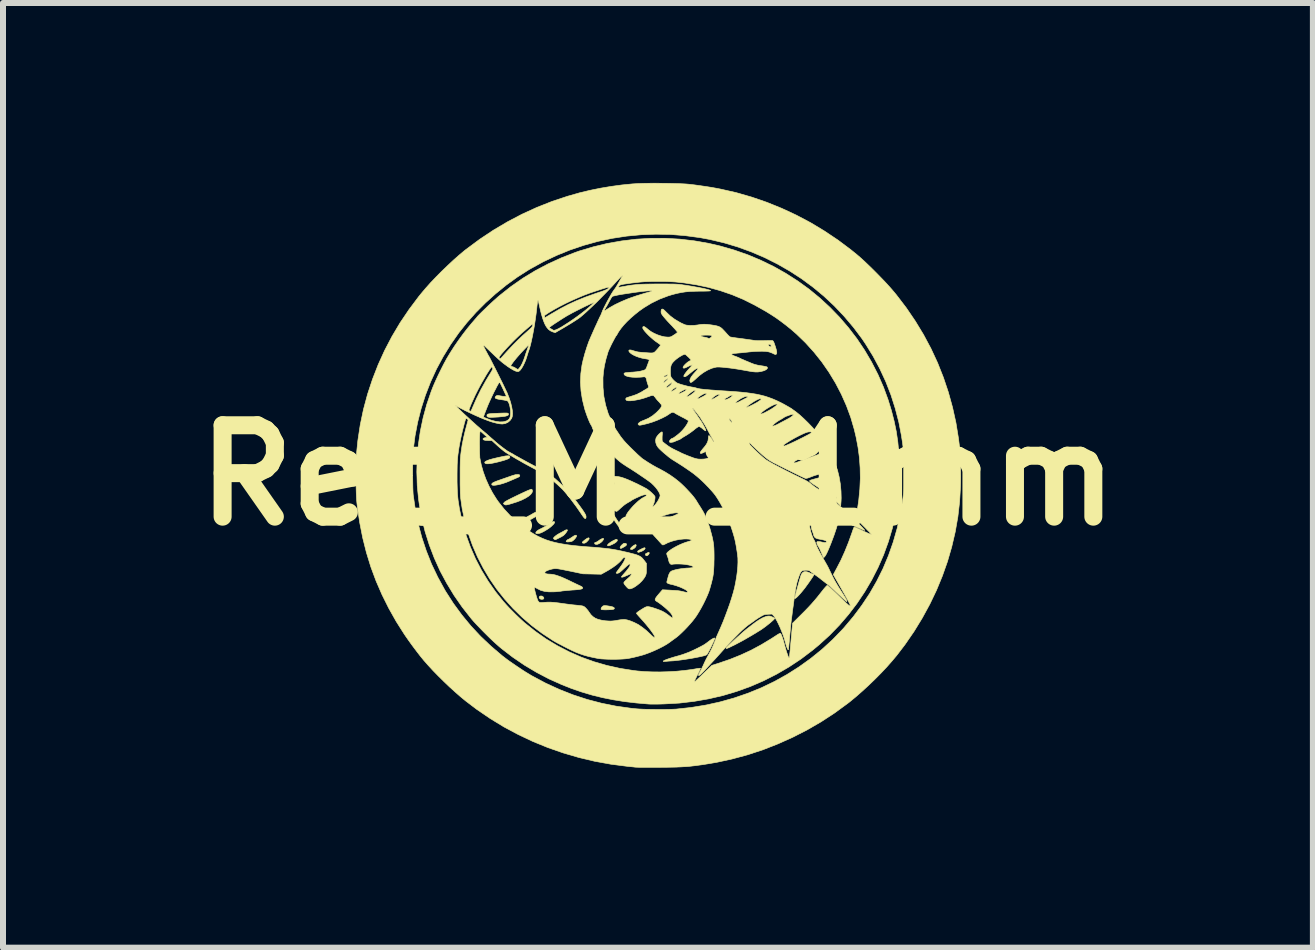
<source format=kicad_pcb>
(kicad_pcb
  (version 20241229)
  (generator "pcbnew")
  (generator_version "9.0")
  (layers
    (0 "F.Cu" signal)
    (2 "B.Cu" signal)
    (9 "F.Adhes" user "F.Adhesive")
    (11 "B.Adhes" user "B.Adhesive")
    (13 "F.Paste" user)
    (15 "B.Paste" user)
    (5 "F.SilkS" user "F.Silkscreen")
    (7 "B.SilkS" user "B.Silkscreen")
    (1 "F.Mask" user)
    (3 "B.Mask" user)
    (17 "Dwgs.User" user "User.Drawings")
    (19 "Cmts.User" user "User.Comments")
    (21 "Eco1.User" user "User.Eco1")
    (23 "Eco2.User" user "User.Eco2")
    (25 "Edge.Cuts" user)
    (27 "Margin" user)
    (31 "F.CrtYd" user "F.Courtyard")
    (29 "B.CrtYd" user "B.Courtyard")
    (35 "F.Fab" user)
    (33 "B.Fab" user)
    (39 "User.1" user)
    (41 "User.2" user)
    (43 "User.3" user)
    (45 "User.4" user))
  (footprint "Red_M_11mm"
    (layer "F.Cu")
    (at 7.918 4.873)
    (property "Reference" "Red_M_11mm" (at 0 0 0) (layer "F.SilkS") (effects (font (size 1.524 1.524) (thickness 0.3))))
    (attr through_hole)
    (fp_poly (pts (xy -1.931 2.014) (xy -1.918 2.022) (xy -1.905 2.036) (xy -1.902 2.051) (xy -1.91 2.062) (xy -1.913 2.064) (xy -1.938 2.068) (xy -1.96 2.063) (xy -1.97 2.057) (xy -1.98 2.04) (xy -1.979 2.026) (xy -1.968 2.015) (xy -1.951 2.011) (xy -1.931 2.014)) (stroke (width 0.01) (type solid)) (fill yes) (layer "F.SilkS"))
    (fp_poly (pts (xy -0.364 1.161) (xy -0.363 1.169) (xy -0.369 1.187) (xy -0.383 1.206) (xy -0.403 1.222) (xy -0.425 1.234) (xy -0.445 1.238) (xy -0.455 1.235) (xy -0.459 1.226) (xy -0.451 1.21) (xy -0.432 1.191) (xy -0.412 1.175) (xy -0.387 1.16) (xy -0.372 1.155) (xy -0.364 1.161)) (stroke (width 0.01) (type solid)) (fill yes) (layer "F.SilkS"))
    (fp_poly (pts (xy -0.146 1.29) (xy -0.146 1.302) (xy -0.154 1.317) (xy -0.162 1.327) (xy -0.181 1.34) (xy -0.196 1.341) (xy -0.206 1.331) (xy -0.21 1.318) (xy -0.21 1.314) (xy -0.205 1.308) (xy -0.19 1.3) (xy -0.173 1.291) (xy -0.158 1.286) (xy -0.152 1.285) (xy -0.146 1.29)) (stroke (width 0.01) (type solid)) (fill yes) (layer "F.SilkS"))
    (fp_poly (pts (xy -1.151 1.043) (xy -1.147 1.055) (xy -1.147 1.057) (xy -1.151 1.068) (xy -1.164 1.085) (xy -1.178 1.1) (xy -1.201 1.121) (xy -1.22 1.13) (xy -1.232 1.132) (xy -1.249 1.131) (xy -1.258 1.127) (xy -1.262 1.121) (xy -1.26 1.114) (xy -1.25 1.103) (xy -1.232 1.088) (xy -1.215 1.074) (xy -1.185 1.053) (xy -1.164 1.043) (xy -1.151 1.043)) (stroke (width 0.01) (type solid)) (fill yes) (layer "F.SilkS"))
    (fp_poly (pts (xy -0.68 1.074) (xy -0.677 1.078) (xy -0.679 1.093) (xy -0.694 1.11) (xy -0.72 1.13) (xy -0.757 1.15) (xy -0.759 1.151) (xy -0.796 1.167) (xy -0.822 1.175) (xy -0.838 1.174) (xy -0.842 1.166) (xy -0.835 1.152) (xy -0.817 1.135) (xy -0.788 1.114) (xy -0.753 1.093) (xy -0.722 1.078) (xy -0.701 1.069) (xy -0.687 1.068) (xy -0.68 1.074)) (stroke (width 0.01) (type solid)) (fill yes) (layer "F.SilkS"))
    (fp_poly (pts (xy -0.907 1.054) (xy -0.907 1.064) (xy -0.916 1.082) (xy -0.93 1.1) (xy -0.954 1.122) (xy -0.982 1.139) (xy -1.009 1.15) (xy -1.032 1.152) (xy -1.049 1.146) (xy -1.052 1.144) (xy -1.057 1.13) (xy -1.05 1.12) (xy -1.038 1.118) (xy -1.026 1.113) (xy -1.007 1.103) (xy -0.993 1.093) (xy -0.962 1.071) (xy -0.936 1.058) (xy -0.918 1.052) (xy -0.907 1.054)) (stroke (width 0.01) (type solid)) (fill yes) (layer "F.SilkS"))
    (fp_poly (pts (xy -0.549 1.134) (xy -0.531 1.138) (xy -0.524 1.149) (xy -0.524 1.151) (xy -0.526 1.162) (xy -0.535 1.173) (xy -0.554 1.187) (xy -0.565 1.193) (xy -0.595 1.21) (xy -0.615 1.218) (xy -0.627 1.217) (xy -0.631 1.207) (xy -0.631 1.204) (xy -0.626 1.19) (xy -0.613 1.171) (xy -0.602 1.16) (xy -0.581 1.142) (xy -0.566 1.134) (xy -0.549 1.134) (xy -0.549 1.134)) (stroke (width 0.01) (type solid)) (fill yes) (layer "F.SilkS"))
    (fp_poly (pts (xy -0.216 1.211) (xy -0.214 1.221) (xy -0.223 1.235) (xy -0.242 1.25) (xy -0.268 1.265) (xy -0.281 1.27) (xy -0.307 1.279) (xy -0.323 1.283) (xy -0.332 1.283) (xy -0.337 1.278) (xy -0.337 1.277) (xy -0.34 1.27) (xy -0.335 1.262) (xy -0.323 1.253) (xy -0.3 1.24) (xy -0.279 1.229) (xy -0.25 1.216) (xy -0.232 1.209) (xy -0.22 1.208) (xy -0.216 1.211)) (stroke (width 0.01) (type solid)) (fill yes) (layer "F.SilkS"))
    (fp_poly (pts (xy -1.362 0.999) (xy -1.357 1.01) (xy -1.357 1.012) (xy -1.362 1.026) (xy -1.375 1.046) (xy -1.393 1.067) (xy -1.413 1.086) (xy -1.43 1.098) (xy -1.448 1.104) (xy -1.471 1.108) (xy -1.495 1.11) (xy -1.516 1.11) (xy -1.529 1.106) (xy -1.531 1.103) (xy -1.526 1.092) (xy -1.513 1.078) (xy -1.499 1.069) (xy -1.493 1.067) (xy -1.483 1.063) (xy -1.465 1.052) (xy -1.441 1.037) (xy -1.431 1.03) (xy -1.399 1.009) (xy -1.376 0.999) (xy -1.362 0.999)) (stroke (width 0.01) (type solid)) (fill yes) (layer "F.SilkS"))
    (fp_poly (pts (xy -0.878 2.172) (xy -0.851 2.175) (xy -0.836 2.177) (xy -0.788 2.185) (xy -0.754 2.194) (xy -0.734 2.204) (xy -0.727 2.215) (xy -0.727 2.218) (xy -0.731 2.227) (xy -0.741 2.233) (xy -0.759 2.237) (xy -0.786 2.24) (xy -0.825 2.241) (xy -0.855 2.242) (xy -0.894 2.242) (xy -0.921 2.241) (xy -0.937 2.239) (xy -0.946 2.235) (xy -0.948 2.232) (xy -0.947 2.215) (xy -0.936 2.197) (xy -0.918 2.18) (xy -0.908 2.175) (xy -0.895 2.172) (xy -0.878 2.172)) (stroke (width 0.01) (type solid)) (fill yes) (layer "F.SilkS"))
    (fp_poly (pts (xy -1.73 0.772) (xy -1.726 0.775) (xy -1.722 0.784) (xy -1.728 0.798) (xy -1.742 0.817) (xy -1.768 0.842) (xy -1.776 0.85) (xy -1.809 0.877) (xy -1.849 0.904) (xy -1.892 0.93) (xy -1.932 0.951) (xy -1.958 0.962) (xy -1.984 0.969) (xy -2.009 0.972) (xy -2.028 0.97) (xy -2.036 0.965) (xy -2.036 0.952) (xy -2.025 0.936) (xy -2.005 0.919) (xy -1.98 0.904) (xy -1.92 0.874) (xy -1.868 0.845) (xy -1.825 0.819) (xy -1.803 0.803) (xy -1.772 0.782) (xy -1.747 0.771) (xy -1.73 0.772)) (stroke (width 0.01) (type solid)) (fill yes) (layer "F.SilkS"))
    (fp_poly (pts (xy -2.487 -0.325) (xy -2.474 -0.321) (xy -2.47 -0.316) (xy -2.469 -0.299) (xy -2.472 -0.292) (xy -2.485 -0.281) (xy -2.511 -0.269) (xy -2.55 -0.255) (xy -2.6 -0.24) (xy -2.66 -0.224) (xy -2.672 -0.221) (xy -2.738 -0.206) (xy -2.79 -0.196) (xy -2.83 -0.192) (xy -2.859 -0.192) (xy -2.872 -0.196) (xy -2.885 -0.205) (xy -2.888 -0.214) (xy -2.884 -0.224) (xy -2.869 -0.235) (xy -2.844 -0.247) (xy -2.808 -0.26) (xy -2.759 -0.274) (xy -2.697 -0.289) (xy -2.645 -0.301) (xy -2.588 -0.313) (xy -2.543 -0.322) (xy -2.509 -0.325) (xy -2.487 -0.325)) (stroke (width 0.01) (type solid)) (fill yes) (layer "F.SilkS"))
    (fp_poly (pts (xy -1.512 0.909) (xy -1.509 0.915) (xy -1.514 0.928) (xy -1.526 0.947) (xy -1.542 0.969) (xy -1.56 0.989) (xy -1.577 1.004) (xy -1.577 1.005) (xy -1.591 1.013) (xy -1.612 1.026) (xy -1.638 1.039) (xy -1.664 1.052) (xy -1.688 1.064) (xy -1.706 1.072) (xy -1.714 1.074) (xy -1.721 1.07) (xy -1.729 1.066) (xy -1.74 1.056) (xy -1.742 1.049) (xy -1.736 1.037) (xy -1.72 1.021) (xy -1.698 1.003) (xy -1.672 0.985) (xy -1.645 0.97) (xy -1.642 0.968) (xy -1.613 0.953) (xy -1.582 0.936) (xy -1.569 0.929) (xy -1.544 0.914) (xy -1.524 0.908) (xy -1.512 0.909)) (stroke (width 0.01) (type solid)) (fill yes) (layer "F.SilkS"))
    (fp_poly (pts (xy 0.854 -0.659) (xy 0.859 -0.655) (xy 0.87 -0.643) (xy 0.885 -0.622) (xy 0.901 -0.599) (xy 0.921 -0.562) (xy 0.929 -0.531) (xy 0.924 -0.503) (xy 0.917 -0.489) (xy 0.903 -0.473) (xy 0.879 -0.454) (xy 0.849 -0.432) (xy 0.816 -0.411) (xy 0.783 -0.391) (xy 0.753 -0.376) (xy 0.728 -0.366) (xy 0.715 -0.363) (xy 0.706 -0.369) (xy 0.704 -0.377) (xy 0.708 -0.388) (xy 0.721 -0.407) (xy 0.739 -0.431) (xy 0.755 -0.45) (xy 0.787 -0.488) (xy 0.809 -0.52) (xy 0.824 -0.549) (xy 0.834 -0.577) (xy 0.839 -0.608) (xy 0.84 -0.618) (xy 0.842 -0.644) (xy 0.845 -0.658) (xy 0.848 -0.662) (xy 0.854 -0.659)) (stroke (width 0.01) (type solid)) (fill yes) (layer "F.SilkS"))
    (fp_poly (pts (xy -2.514 -1.037) (xy -2.503 -1.035) (xy -2.497 -1.032) (xy -2.494 -1.028) (xy -2.494 -1.027) (xy -2.492 -1.013) (xy -2.499 -1.002) (xy -2.517 -0.993) (xy -2.545 -0.985) (xy -2.586 -0.979) (xy -2.639 -0.974) (xy -2.658 -0.972) (xy -2.713 -0.969) (xy -2.755 -0.967) (xy -2.786 -0.966) (xy -2.81 -0.967) (xy -2.826 -0.97) (xy -2.836 -0.973) (xy -2.849 -0.982) (xy -2.851 -0.998) (xy -2.851 -1) (xy -2.849 -1.008) (xy -2.844 -1.015) (xy -2.835 -1.02) (xy -2.82 -1.024) (xy -2.797 -1.027) (xy -2.765 -1.03) (xy -2.723 -1.032) (xy -2.668 -1.034) (xy -2.645 -1.035) (xy -2.595 -1.037) (xy -2.558 -1.038) (xy -2.532 -1.038) (xy -2.514 -1.037)) (stroke (width 0.01) (type solid)) (fill yes) (layer "F.SilkS"))
    (fp_poly (pts (xy -1.929 0.568) (xy -1.923 0.577) (xy -1.923 0.578) (xy -1.93 0.596) (xy -1.948 0.619) (xy -1.977 0.645) (xy -2.016 0.673) (xy -2.062 0.702) (xy -2.114 0.732) (xy -2.171 0.76) (xy -2.173 0.761) (xy -2.21 0.776) (xy -2.239 0.783) (xy -2.26 0.781) (xy -2.276 0.773) (xy -2.284 0.765) (xy -2.284 0.759) (xy -2.274 0.749) (xy -2.268 0.744) (xy -2.251 0.732) (xy -2.226 0.717) (xy -2.197 0.7) (xy -2.188 0.695) (xy -2.156 0.678) (xy -2.122 0.66) (xy -2.094 0.644) (xy -2.09 0.641) (xy -2.067 0.628) (xy -2.049 0.62) (xy -2.039 0.617) (xy -2.027 0.613) (xy -2.008 0.602) (xy -1.992 0.591) (xy -1.965 0.575) (xy -1.944 0.567) (xy -1.929 0.568)) (stroke (width 0.01) (type solid)) (fill yes) (layer "F.SilkS"))
    (fp_poly (pts (xy -2.099 0.238) (xy -2.093 0.253) (xy -2.094 0.274) (xy -2.1 0.288) (xy -2.123 0.32) (xy -2.16 0.351) (xy -2.211 0.382) (xy -2.273 0.413) (xy -2.347 0.442) (xy -2.432 0.469) (xy -2.472 0.481) (xy -2.503 0.489) (xy -2.524 0.493) (xy -2.538 0.494) (xy -2.548 0.492) (xy -2.557 0.487) (xy -2.571 0.478) (xy -2.576 0.47) (xy -2.576 0.47) (xy -2.571 0.463) (xy -2.559 0.449) (xy -2.553 0.443) (xy -2.541 0.435) (xy -2.518 0.422) (xy -2.486 0.405) (xy -2.447 0.385) (xy -2.404 0.364) (xy -2.357 0.341) (xy -2.309 0.318) (xy -2.262 0.296) (xy -2.219 0.276) (xy -2.18 0.258) (xy -2.148 0.245) (xy -2.125 0.236) (xy -2.112 0.232) (xy -2.112 0.232) (xy -2.099 0.238)) (stroke (width 0.01) (type solid)) (fill yes) (layer "F.SilkS"))
    (fp_poly (pts (xy -2.338 -0.013) (xy -2.317 -0.011) (xy -2.307 -0.006) (xy -2.304 0.003) (xy -2.304 0.006) (xy -2.306 0.015) (xy -2.313 0.023) (xy -2.329 0.032) (xy -2.354 0.043) (xy -2.366 0.048) (xy -2.402 0.064) (xy -2.442 0.081) (xy -2.477 0.096) (xy -2.482 0.098) (xy -2.528 0.117) (xy -2.575 0.133) (xy -2.621 0.147) (xy -2.665 0.157) (xy -2.703 0.164) (xy -2.735 0.167) (xy -2.757 0.165) (xy -2.769 0.158) (xy -2.769 0.157) (xy -2.771 0.148) (xy -2.768 0.139) (xy -2.758 0.129) (xy -2.741 0.119) (xy -2.715 0.107) (xy -2.679 0.093) (xy -2.631 0.076) (xy -2.594 0.063) (xy -2.551 0.048) (xy -2.508 0.033) (xy -2.468 0.019) (xy -2.437 0.008) (xy -2.425 0.004) (xy -2.377 -0.01) (xy -2.338 -0.013) (xy -2.338 -0.013)) (stroke (width 0.01) (type solid)) (fill yes) (layer "F.SilkS"))
    (fp_poly (pts (xy 2.501 1.614) (xy 2.528 1.626) (xy 2.552 1.637) (xy 2.573 1.645) (xy 2.584 1.647) (xy 2.597 1.651) (xy 2.601 1.654) (xy 2.598 1.662) (xy 2.588 1.679) (xy 2.572 1.704) (xy 2.551 1.735) (xy 2.527 1.77) (xy 2.501 1.807) (xy 2.474 1.844) (xy 2.448 1.88) (xy 2.423 1.911) (xy 2.415 1.921) (xy 2.379 1.964) (xy 2.348 1.999) (xy 2.321 2.027) (xy 2.3 2.045) (xy 2.286 2.054) (xy 2.279 2.052) (xy 2.279 2.049) (xy 2.281 2.038) (xy 2.286 2.016) (xy 2.294 1.984) (xy 2.304 1.945) (xy 2.316 1.901) (xy 2.329 1.855) (xy 2.342 1.809) (xy 2.354 1.764) (xy 2.366 1.724) (xy 2.376 1.691) (xy 2.384 1.667) (xy 2.388 1.654) (xy 2.388 1.653) (xy 2.409 1.624) (xy 2.433 1.608) (xy 2.464 1.605) (xy 2.501 1.614)) (stroke (width 0.01) (type solid)) (fill yes) (layer "F.SilkS"))
    (fp_poly (pts (xy 1.875 2.349) (xy 1.902 2.36) (xy 1.905 2.361) (xy 1.926 2.372) (xy 1.94 2.382) (xy 1.944 2.388) (xy 1.936 2.398) (xy 1.919 2.416) (xy 1.894 2.438) (xy 1.864 2.464) (xy 1.83 2.491) (xy 1.796 2.518) (xy 1.762 2.543) (xy 1.732 2.564) (xy 1.724 2.57) (xy 1.621 2.634) (xy 1.516 2.696) (xy 1.413 2.755) (xy 1.315 2.807) (xy 1.283 2.824) (xy 1.233 2.848) (xy 1.195 2.867) (xy 1.168 2.879) (xy 1.149 2.886) (xy 1.139 2.887) (xy 1.136 2.884) (xy 1.138 2.876) (xy 1.139 2.875) (xy 1.146 2.866) (xy 1.163 2.848) (xy 1.188 2.824) (xy 1.219 2.795) (xy 1.254 2.762) (xy 1.292 2.727) (xy 1.33 2.692) (xy 1.369 2.657) (xy 1.405 2.625) (xy 1.437 2.597) (xy 1.463 2.575) (xy 1.483 2.559) (xy 1.485 2.558) (xy 1.504 2.543) (xy 1.53 2.523) (xy 1.557 2.502) (xy 1.564 2.496) (xy 1.632 2.445) (xy 1.694 2.404) (xy 1.751 2.373) (xy 1.8 2.354) (xy 1.83 2.347) (xy 1.853 2.346) (xy 1.875 2.349)) (stroke (width 0.01) (type solid)) (fill yes) (layer "F.SilkS"))
    (fp_poly (pts (xy 0.947 2.714) (xy 0.946 2.723) (xy 0.939 2.743) (xy 0.927 2.771) (xy 0.912 2.804) (xy 0.895 2.84) (xy 0.877 2.878) (xy 0.859 2.913) (xy 0.842 2.945) (xy 0.827 2.97) (xy 0.817 2.987) (xy 0.812 2.991) (xy 0.796 2.999) (xy 0.768 3.008) (xy 0.728 3.018) (xy 0.681 3.028) (xy 0.626 3.039) (xy 0.566 3.05) (xy 0.504 3.06) (xy 0.441 3.07) (xy 0.378 3.079) (xy 0.318 3.086) (xy 0.263 3.092) (xy 0.215 3.095) (xy 0.214 3.095) (xy 0.18 3.097) (xy 0.148 3.1) (xy 0.123 3.102) (xy 0.114 3.103) (xy 0.097 3.104) (xy 0.088 3.101) (xy 0.087 3.1) (xy 0.094 3.092) (xy 0.113 3.082) (xy 0.143 3.07) (xy 0.183 3.056) (xy 0.23 3.041) (xy 0.279 3.026) (xy 0.352 3.006) (xy 0.416 2.986) (xy 0.476 2.964) (xy 0.535 2.941) (xy 0.596 2.913) (xy 0.662 2.881) (xy 0.737 2.842) (xy 0.755 2.832) (xy 0.777 2.819) (xy 0.804 2.8) (xy 0.832 2.779) (xy 0.838 2.775) (xy 0.873 2.748) (xy 0.903 2.729) (xy 0.926 2.716) (xy 0.942 2.712) (xy 0.947 2.714)) (stroke (width 0.01) (type solid)) (fill yes) (layer "F.SilkS"))
    (fp_poly (pts (xy 2.719 0.672) (xy 2.737 0.674) (xy 2.771 0.68) (xy 2.81 0.687) (xy 2.851 0.696) (xy 2.892 0.705) (xy 2.93 0.715) (xy 2.962 0.724) (xy 2.985 0.732) (xy 2.994 0.736) (xy 3.001 0.743) (xy 3.004 0.751) (xy 3.003 0.766) (xy 2.998 0.791) (xy 2.998 0.792) (xy 2.989 0.83) (xy 2.975 0.879) (xy 2.956 0.936) (xy 2.935 0.998) (xy 2.911 1.062) (xy 2.887 1.126) (xy 2.862 1.188) (xy 2.838 1.245) (xy 2.816 1.293) (xy 2.814 1.298) (xy 2.796 1.331) (xy 2.78 1.355) (xy 2.767 1.368) (xy 2.757 1.368) (xy 2.755 1.366) (xy 2.752 1.357) (xy 2.744 1.338) (xy 2.733 1.312) (xy 2.725 1.292) (xy 2.71 1.258) (xy 2.695 1.224) (xy 2.68 1.196) (xy 2.674 1.187) (xy 2.66 1.163) (xy 2.651 1.14) (xy 2.648 1.128) (xy 2.648 1.113) (xy 2.655 1.106) (xy 2.666 1.104) (xy 2.684 1.105) (xy 2.71 1.108) (xy 2.736 1.114) (xy 2.766 1.12) (xy 2.785 1.122) (xy 2.798 1.119) (xy 2.801 1.118) (xy 2.811 1.108) (xy 2.808 1.098) (xy 2.792 1.088) (xy 2.763 1.079) (xy 2.723 1.07) (xy 2.7 1.066) (xy 2.656 1.057) (xy 2.626 1.044) (xy 2.606 1.025) (xy 2.595 0.999) (xy 2.595 0.997) (xy 2.591 0.981) (xy 2.585 0.962) (xy 2.576 0.937) (xy 2.564 0.904) (xy 2.559 0.884) (xy 2.554 0.854) (xy 2.55 0.82) (xy 2.549 0.8) (xy 2.549 0.798) (xy 2.58 0.798) (xy 2.58 0.799) (xy 2.589 0.801) (xy 2.61 0.803) (xy 2.641 0.805) (xy 2.68 0.805) (xy 2.724 0.804) (xy 2.772 0.803) (xy 2.821 0.801) (xy 2.842 0.799) (xy 2.889 0.795) (xy 2.921 0.789) (xy 2.939 0.782) (xy 2.943 0.774) (xy 2.935 0.764) (xy 2.92 0.759) (xy 2.893 0.756) (xy 2.858 0.755) (xy 2.817 0.755) (xy 2.772 0.756) (xy 2.727 0.759) (xy 2.684 0.763) (xy 2.646 0.768) (xy 2.616 0.774) (xy 2.596 0.781) (xy 2.583 0.79) (xy 2.58 0.798) (xy 2.549 0.798) (xy 2.545 0.726) (xy 2.57 0.701) (xy 2.595 0.683) (xy 2.627 0.673) (xy 2.668 0.669) (xy 2.719 0.672)) (stroke (width 0.01) (type solid)) (fill yes) (layer "F.SilkS"))
    (fp_poly (pts (xy 0.024 -4.868) (xy 0.108 -4.867) (xy 0.191 -4.866) (xy 0.271 -4.864) (xy 0.345 -4.862) (xy 0.412 -4.859) (xy 0.469 -4.856) (xy 0.514 -4.852) (xy 0.523 -4.851) (xy 0.609 -4.841) (xy 0.702 -4.828) (xy 0.799 -4.814) (xy 0.894 -4.799) (xy 0.983 -4.783) (xy 1.044 -4.771) (xy 1.304 -4.712) (xy 1.561 -4.638) (xy 1.814 -4.551) (xy 2.063 -4.45) (xy 2.306 -4.337) (xy 2.544 -4.211) (xy 2.775 -4.072) (xy 2.999 -3.922) (xy 3.214 -3.761) (xy 3.32 -3.675) (xy 3.38 -3.623) (xy 3.446 -3.563) (xy 3.517 -3.495) (xy 3.591 -3.423) (xy 3.666 -3.347) (xy 3.74 -3.271) (xy 3.81 -3.197) (xy 3.875 -3.125) (xy 3.932 -3.059) (xy 3.974 -3.008) (xy 4.139 -2.792) (xy 4.29 -2.57) (xy 4.427 -2.344) (xy 4.551 -2.112) (xy 4.661 -1.875) (xy 4.757 -1.633) (xy 4.84 -1.386) (xy 4.91 -1.133) (xy 4.967 -0.875) (xy 5.01 -0.61) (xy 5.026 -0.479) (xy 5.032 -0.415) (xy 5.037 -0.339) (xy 5.041 -0.255) (xy 5.043 -0.164) (xy 5.045 -0.071) (xy 5.046 0.023) (xy 5.045 0.115) (xy 5.043 0.187) (xy 5.028 0.44) (xy 4.999 0.692) (xy 4.955 0.943) (xy 4.897 1.191) (xy 4.826 1.436) (xy 4.741 1.677) (xy 4.643 1.915) (xy 4.531 2.149) (xy 4.406 2.378) (xy 4.269 2.602) (xy 4.119 2.82) (xy 3.981 3.001) (xy 3.902 3.095) (xy 3.814 3.195) (xy 3.717 3.298) (xy 3.615 3.401) (xy 3.509 3.503) (xy 3.402 3.601) (xy 3.297 3.693) (xy 3.195 3.777) (xy 3.16 3.804) (xy 2.944 3.962) (xy 2.719 4.109) (xy 2.486 4.244) (xy 2.247 4.366) (xy 2.002 4.476) (xy 1.752 4.574) (xy 1.497 4.658) (xy 1.238 4.728) (xy 0.977 4.785) (xy 0.755 4.822) (xy 0.688 4.831) (xy 0.633 4.839) (xy 0.586 4.844) (xy 0.545 4.849) (xy 0.506 4.853) (xy 0.467 4.856) (xy 0.425 4.858) (xy 0.377 4.861) (xy 0.345 4.862) (xy 0.308 4.864) (xy 0.261 4.865) (xy 0.207 4.866) (xy 0.146 4.867) (xy 0.082 4.867) (xy 0.015 4.868) (xy -0.053 4.868) (xy -0.119 4.868) (xy -0.181 4.868) (xy -0.239 4.868) (xy -0.289 4.868) (xy -0.331 4.867) (xy -0.362 4.866) (xy -0.38 4.865) (xy -0.381 4.865) (xy -0.396 4.863) (xy -0.422 4.86) (xy -0.456 4.857) (xy -0.495 4.853) (xy -0.512 4.851) (xy -0.784 4.816) (xy -1.054 4.767) (xy -1.319 4.704) (xy -1.579 4.628) (xy -1.835 4.539) (xy -2.085 4.437) (xy -2.328 4.322) (xy -2.566 4.195) (xy -2.796 4.055) (xy -3.019 3.903) (xy -3.206 3.761) (xy -3.291 3.691) (xy -3.381 3.612) (xy -3.475 3.527) (xy -3.569 3.437) (xy -3.661 3.346) (xy -3.75 3.255) (xy -3.831 3.167) (xy -3.904 3.084) (xy -3.917 3.068) (xy -3.958 3.018) (xy -4.004 2.959) (xy -4.054 2.893) (xy -4.104 2.826) (xy -4.153 2.758) (xy -4.197 2.695) (xy -4.224 2.656) (xy -4.363 2.437) (xy -4.488 2.215) (xy -4.6 1.99) (xy -4.699 1.762) (xy -4.786 1.528) (xy -4.86 1.288) (xy -4.922 1.042) (xy -4.972 0.788) (xy -5.011 0.526) (xy -5.019 0.457) (xy -5.023 0.415) (xy -5.026 0.361) (xy -5.029 0.297) (xy -5.031 0.225) (xy -5.033 0.149) (xy -5.035 0.071) (xy -5.035 -0.008) (xy -5.036 -0.067) (xy -4.089 -0.067) (xy -4.089 0.006) (xy -4.088 0.078) (xy -4.087 0.145) (xy -4.086 0.207) (xy -4.084 0.26) (xy -4.082 0.303) (xy -4.08 0.327) (xy -4.045 0.568) (xy -3.998 0.804) (xy -3.937 1.035) (xy -3.862 1.26) (xy -3.774 1.481) (xy -3.672 1.695) (xy -3.557 1.905) (xy -3.54 1.934) (xy -3.411 2.135) (xy -3.271 2.326) (xy -3.121 2.508) (xy -2.959 2.682) (xy -2.785 2.847) (xy -2.6 3.005) (xy -2.557 3.038) (xy -2.514 3.071) (xy -2.461 3.109) (xy -2.401 3.15) (xy -2.338 3.193) (xy -2.274 3.236) (xy -2.212 3.276) (xy -2.154 3.311) (xy -2.105 3.341) (xy -2.097 3.345) (xy -1.874 3.464) (xy -1.648 3.568) (xy -1.417 3.659) (xy -1.182 3.736) (xy -0.942 3.799) (xy -0.699 3.848) (xy -0.451 3.883) (xy -0.352 3.893) (xy -0.307 3.896) (xy -0.249 3.899) (xy -0.183 3.901) (xy -0.111 3.902) (xy -0.036 3.903) (xy 0.04 3.903) (xy 0.113 3.903) (xy 0.182 3.902) (xy 0.242 3.9) (xy 0.292 3.898) (xy 0.305 3.897) (xy 0.554 3.87) (xy 0.799 3.83) (xy 1.038 3.777) (xy 1.273 3.711) (xy 1.502 3.632) (xy 1.725 3.541) (xy 1.941 3.437) (xy 2.15 3.321) (xy 2.352 3.193) (xy 2.547 3.053) (xy 2.733 2.902) (xy 2.91 2.74) (xy 3.078 2.566) (xy 3.099 2.543) (xy 3.255 2.358) (xy 3.398 2.167) (xy 3.529 1.97) (xy 3.646 1.766) (xy 3.751 1.556) (xy 3.842 1.339) (xy 3.921 1.115) (xy 3.987 0.885) (xy 4.04 0.647) (xy 4.08 0.403) (xy 4.08 0.403) (xy 4.084 0.374) (xy 4.087 0.347) (xy 4.09 0.32) (xy 4.092 0.291) (xy 4.094 0.258) (xy 4.095 0.221) (xy 4.096 0.177) (xy 4.096 0.124) (xy 4.096 0.06) (xy 4.096 -0.015) (xy 4.096 -0.047) (xy 4.096 -0.133) (xy 4.096 -0.207) (xy 4.096 -0.27) (xy 4.094 -0.325) (xy 4.093 -0.373) (xy 4.09 -0.417) (xy 4.087 -0.458) (xy 4.082 -0.498) (xy 4.077 -0.54) (xy 4.07 -0.585) (xy 4.062 -0.636) (xy 4.06 -0.653) (xy 4.015 -0.886) (xy 3.955 -1.116) (xy 3.883 -1.342) (xy 3.797 -1.563) (xy 3.697 -1.778) (xy 3.585 -1.987) (xy 3.46 -2.19) (xy 3.4 -2.279) (xy 3.257 -2.469) (xy 3.104 -2.65) (xy 2.941 -2.822) (xy 2.768 -2.984) (xy 2.586 -3.135) (xy 2.395 -3.276) (xy 2.196 -3.405) (xy 1.99 -3.523) (xy 1.777 -3.63) (xy 1.557 -3.724) (xy 1.332 -3.806) (xy 1.101 -3.875) (xy 0.866 -3.931) (xy 0.7 -3.962) (xy 0.454 -3.995) (xy 0.208 -4.015) (xy -0.037 -4.019) (xy -0.281 -4.01) (xy -0.524 -3.987) (xy -0.764 -3.95) (xy -1.002 -3.899) (xy -1.236 -3.834) (xy -1.467 -3.756) (xy -1.693 -3.664) (xy -1.914 -3.559) (xy -2.13 -3.44) (xy -2.157 -3.424) (xy -2.345 -3.304) (xy -2.529 -3.171) (xy -2.706 -3.027) (xy -2.876 -2.874) (xy -3.037 -2.712) (xy -3.187 -2.543) (xy -3.319 -2.377) (xy -3.456 -2.181) (xy -3.581 -1.978) (xy -3.693 -1.77) (xy -3.791 -1.556) (xy -3.876 -1.337) (xy -3.948 -1.113) (xy -4.006 -0.885) (xy -4.05 -0.654) (xy -4.08 -0.419) (xy -4.08 -0.417) (xy -4.083 -0.381) (xy -4.085 -0.332) (xy -4.086 -0.274) (xy -4.088 -0.209) (xy -4.089 -0.14) (xy -4.089 -0.067) (xy -5.036 -0.067) (xy -5.036 -0.085) (xy -5.035 -0.157) (xy -5.034 -0.221) (xy -5.032 -0.277) (xy -5.03 -0.312) (xy -5.003 -0.578) (xy -4.963 -0.841) (xy -4.909 -1.099) (xy -4.841 -1.352) (xy -4.759 -1.6) (xy -4.664 -1.844) (xy -4.556 -2.082) (xy -4.434 -2.315) (xy -4.299 -2.542) (xy -4.15 -2.763) (xy -3.989 -2.978) (xy -3.942 -3.036) (xy -3.869 -3.122) (xy -3.787 -3.214) (xy -3.697 -3.308) (xy -3.603 -3.403) (xy -3.506 -3.496) (xy -3.41 -3.586) (xy -3.316 -3.669) (xy -3.228 -3.743) (xy -3.197 -3.767) (xy -2.972 -3.934) (xy -2.742 -4.087) (xy -2.507 -4.226) (xy -2.265 -4.353) (xy -2.018 -4.466) (xy -1.765 -4.566) (xy -1.506 -4.652) (xy -1.306 -4.709) (xy -1.135 -4.75) (xy -0.958 -4.786) (xy -0.779 -4.816) (xy -0.601 -4.84) (xy -0.43 -4.857) (xy -0.336 -4.863) (xy -0.279 -4.865) (xy -0.212 -4.867) (xy -0.138 -4.868) (xy -0.059 -4.869) (xy 0.024 -4.868)) (stroke (width 0.01) (type solid)) (fill yes) (layer "F.SilkS"))
    (fp_poly (pts (xy 0.081 -2.77) (xy 0.094 -2.762) (xy 0.111 -2.747) (xy 0.135 -2.723) (xy 0.146 -2.712) (xy 0.207 -2.654) (xy 0.277 -2.602) (xy 0.359 -2.553) (xy 0.391 -2.536) (xy 0.424 -2.521) (xy 0.448 -2.51) (xy 0.471 -2.504) (xy 0.495 -2.501) (xy 0.527 -2.499) (xy 0.529 -2.498) (xy 0.601 -2.499) (xy 0.661 -2.506) (xy 0.716 -2.515) (xy 0.769 -2.518) (xy 0.825 -2.515) (xy 0.889 -2.507) (xy 0.94 -2.499) (xy 0.979 -2.491) (xy 1.009 -2.482) (xy 1.033 -2.471) (xy 1.054 -2.457) (xy 1.075 -2.439) (xy 1.085 -2.428) (xy 1.11 -2.402) (xy 1.136 -2.373) (xy 1.157 -2.349) (xy 1.159 -2.347) (xy 1.178 -2.327) (xy 1.196 -2.311) (xy 1.208 -2.305) (xy 1.22 -2.303) (xy 1.244 -2.299) (xy 1.278 -2.294) (xy 1.32 -2.288) (xy 1.367 -2.282) (xy 1.391 -2.279) (xy 1.442 -2.272) (xy 1.49 -2.265) (xy 1.533 -2.259) (xy 1.569 -2.254) (xy 1.594 -2.25) (xy 1.6 -2.249) (xy 1.628 -2.246) (xy 1.668 -2.244) (xy 1.718 -2.244) (xy 1.774 -2.245) (xy 1.817 -2.246) (xy 1.854 -2.247) (xy 1.885 -2.246) (xy 1.905 -2.246) (xy 1.913 -2.244) (xy 1.921 -2.237) (xy 1.929 -2.223) (xy 1.938 -2.201) (xy 1.949 -2.169) (xy 1.959 -2.139) (xy 1.972 -2.095) (xy 1.979 -2.062) (xy 1.98 -2.038) (xy 1.975 -2.023) (xy 1.97 -2.018) (xy 1.962 -2.014) (xy 1.95 -2.016) (xy 1.93 -2.024) (xy 1.918 -2.031) (xy 1.887 -2.044) (xy 1.853 -2.056) (xy 1.833 -2.06) (xy 1.79 -2.066) (xy 1.736 -2.068) (xy 1.672 -2.067) (xy 1.601 -2.064) (xy 1.525 -2.057) (xy 1.499 -2.054) (xy 1.452 -2.049) (xy 1.404 -2.044) (xy 1.36 -2.04) (xy 1.323 -2.037) (xy 1.309 -2.035) (xy 1.27 -2.032) (xy 1.244 -2.027) (xy 1.231 -2.022) (xy 1.229 -2.015) (xy 1.237 -2.006) (xy 1.237 -2.006) (xy 1.253 -1.998) (xy 1.276 -1.988) (xy 1.285 -1.985) (xy 1.313 -1.975) (xy 1.343 -1.962) (xy 1.351 -1.959) (xy 1.364 -1.952) (xy 1.379 -1.945) (xy 1.397 -1.936) (xy 1.422 -1.926) (xy 1.453 -1.912) (xy 1.495 -1.895) (xy 1.547 -1.873) (xy 1.556 -1.869) (xy 1.607 -1.85) (xy 1.662 -1.836) (xy 1.707 -1.828) (xy 1.75 -1.822) (xy 1.78 -1.816) (xy 1.801 -1.812) (xy 1.813 -1.808) (xy 1.82 -1.803) (xy 1.824 -1.797) (xy 1.824 -1.797) (xy 1.823 -1.781) (xy 1.808 -1.765) (xy 1.782 -1.75) (xy 1.758 -1.741) (xy 1.712 -1.729) (xy 1.668 -1.723) (xy 1.621 -1.723) (xy 1.568 -1.728) (xy 1.509 -1.738) (xy 1.426 -1.753) (xy 1.345 -1.767) (xy 1.267 -1.779) (xy 1.194 -1.789) (xy 1.128 -1.796) (xy 1.07 -1.802) (xy 1.023 -1.805) (xy 0.986 -1.805) (xy 0.969 -1.803) (xy 0.899 -1.785) (xy 0.828 -1.754) (xy 0.756 -1.712) (xy 0.686 -1.659) (xy 0.654 -1.63) (xy 0.617 -1.596) (xy 0.589 -1.572) (xy 0.568 -1.556) (xy 0.553 -1.549) (xy 0.544 -1.548) (xy 0.537 -1.553) (xy 0.537 -1.553) (xy 0.53 -1.576) (xy 0.536 -1.605) (xy 0.555 -1.641) (xy 0.586 -1.682) (xy 0.612 -1.711) (xy 0.635 -1.736) (xy 0.653 -1.757) (xy 0.664 -1.772) (xy 0.668 -1.778) (xy 0.663 -1.786) (xy 0.65 -1.783) (xy 0.627 -1.771) (xy 0.595 -1.749) (xy 0.553 -1.716) (xy 0.511 -1.682) (xy 0.478 -1.657) (xy 0.454 -1.644) (xy 0.438 -1.643) (xy 0.43 -1.651) (xy 0.433 -1.663) (xy 0.444 -1.683) (xy 0.463 -1.71) (xy 0.488 -1.741) (xy 0.517 -1.774) (xy 0.524 -1.782) (xy 0.545 -1.805) (xy 0.561 -1.824) (xy 0.569 -1.837) (xy 0.571 -1.841) (xy 0.562 -1.84) (xy 0.545 -1.834) (xy 0.52 -1.823) (xy 0.506 -1.816) (xy 0.472 -1.799) (xy 0.448 -1.789) (xy 0.432 -1.786) (xy 0.423 -1.789) (xy 0.418 -1.797) (xy 0.421 -1.808) (xy 0.432 -1.826) (xy 0.45 -1.846) (xy 0.472 -1.867) (xy 0.495 -1.886) (xy 0.517 -1.9) (xy 0.52 -1.902) (xy 0.538 -1.911) (xy 0.55 -1.919) (xy 0.552 -1.921) (xy 0.546 -1.929) (xy 0.533 -1.944) (xy 0.515 -1.963) (xy 0.494 -1.982) (xy 0.475 -2) (xy 0.459 -2.013) (xy 0.45 -2.017) (xy 0.45 -2.017) (xy 0.431 -2.013) (xy 0.405 -2.002) (xy 0.374 -1.984) (xy 0.342 -1.964) (xy 0.311 -1.941) (xy 0.289 -1.923) (xy 0.256 -1.891) (xy 0.232 -1.861) (xy 0.218 -1.83) (xy 0.21 -1.794) (xy 0.207 -1.749) (xy 0.207 -1.734) (xy 0.208 -1.694) (xy 0.211 -1.665) (xy 0.215 -1.645) (xy 0.219 -1.636) (xy 0.238 -1.61) (xy 0.264 -1.582) (xy 0.293 -1.556) (xy 0.321 -1.537) (xy 0.322 -1.537) (xy 0.343 -1.529) (xy 0.374 -1.518) (xy 0.412 -1.507) (xy 0.453 -1.496) (xy 0.495 -1.485) (xy 0.533 -1.477) (xy 0.564 -1.471) (xy 0.571 -1.47) (xy 0.6 -1.465) (xy 0.629 -1.458) (xy 0.638 -1.455) (xy 0.655 -1.45) (xy 0.677 -1.445) (xy 0.704 -1.44) (xy 0.737 -1.436) (xy 0.778 -1.431) (xy 0.827 -1.427) (xy 0.886 -1.422) (xy 0.957 -1.417) (xy 1.039 -1.411) (xy 1.135 -1.405) (xy 1.147 -1.404) (xy 1.268 -1.396) (xy 1.377 -1.387) (xy 1.474 -1.377) (xy 1.562 -1.365) (xy 1.642 -1.352) (xy 1.716 -1.336) (xy 1.785 -1.318) (xy 1.851 -1.296) (xy 1.915 -1.272) (xy 1.98 -1.244) (xy 2.046 -1.212) (xy 2.054 -1.208) (xy 2.098 -1.185) (xy 2.144 -1.159) (xy 2.188 -1.134) (xy 2.226 -1.111) (xy 2.238 -1.102) (xy 2.298 -1.059) (xy 2.363 -1.006) (xy 2.431 -0.944) (xy 2.5 -0.877) (xy 2.569 -0.805) (xy 2.633 -0.732) (xy 2.66 -0.7) (xy 2.706 -0.64) (xy 2.755 -0.57) (xy 2.803 -0.492) (xy 2.85 -0.411) (xy 2.893 -0.33) (xy 2.93 -0.252) (xy 2.956 -0.191) (xy 2.992 -0.086) (xy 3.02 0.028) (xy 3.04 0.146) (xy 3.051 0.264) (xy 3.054 0.379) (xy 3.052 0.431) (xy 3.046 0.507) (xy 2.993 0.459) (xy 2.97 0.438) (xy 2.952 0.421) (xy 2.942 0.409) (xy 2.939 0.406) (xy 2.945 0.401) (xy 2.959 0.392) (xy 2.961 0.39) (xy 2.978 0.379) (xy 2.982 0.369) (xy 2.974 0.362) (xy 2.953 0.355) (xy 2.917 0.349) (xy 2.915 0.348) (xy 2.881 0.341) (xy 2.85 0.33) (xy 2.817 0.312) (xy 2.781 0.286) (xy 2.75 0.261) (xy 2.717 0.235) (xy 2.68 0.208) (xy 2.645 0.184) (xy 2.631 0.175) (xy 2.602 0.156) (xy 2.574 0.137) (xy 2.553 0.121) (xy 2.547 0.117) (xy 2.532 0.103) (xy 2.527 0.094) (xy 2.531 0.088) (xy 2.534 0.085) (xy 2.545 0.08) (xy 2.567 0.073) (xy 2.599 0.064) (xy 2.639 0.053) (xy 2.685 0.041) (xy 2.719 0.033) (xy 2.777 0.019) (xy 2.823 0.007) (xy 2.857 -0.002) (xy 2.882 -0.009) (xy 2.899 -0.015) (xy 2.91 -0.02) (xy 2.915 -0.025) (xy 2.917 -0.03) (xy 2.917 -0.033) (xy 2.914 -0.039) (xy 2.902 -0.042) (xy 2.879 -0.043) (xy 2.872 -0.043) (xy 2.788 -0.038) (xy 2.699 -0.022) (xy 2.608 0.004) (xy 2.545 0.028) (xy 2.511 0.041) (xy 2.488 0.048) (xy 2.47 0.051) (xy 2.457 0.05) (xy 2.455 0.049) (xy 2.443 0.045) (xy 2.42 0.034) (xy 2.387 0.019) (xy 2.346 -0.001) (xy 2.299 -0.024) (xy 2.248 -0.049) (xy 2.194 -0.076) (xy 2.138 -0.103) (xy 2.083 -0.131) (xy 2.031 -0.157) (xy 1.982 -0.182) (xy 1.939 -0.204) (xy 1.912 -0.219) (xy 2.266 -0.219) (xy 2.267 -0.212) (xy 2.268 -0.21) (xy 2.271 -0.207) (xy 2.275 -0.206) (xy 2.282 -0.207) (xy 2.295 -0.21) (xy 2.315 -0.217) (xy 2.344 -0.227) (xy 2.383 -0.242) (xy 2.413 -0.254) (xy 2.46 -0.271) (xy 2.511 -0.29) (xy 2.562 -0.308) (xy 2.605 -0.323) (xy 2.613 -0.326) (xy 2.662 -0.343) (xy 2.704 -0.36) (xy 2.738 -0.376) (xy 2.762 -0.389) (xy 2.775 -0.399) (xy 2.776 -0.403) (xy 2.769 -0.407) (xy 2.753 -0.411) (xy 2.741 -0.412) (xy 2.702 -0.41) (xy 2.652 -0.399) (xy 2.591 -0.379) (xy 2.519 -0.351) (xy 2.436 -0.314) (xy 2.372 -0.282) (xy 2.331 -0.262) (xy 2.301 -0.246) (xy 2.282 -0.234) (xy 2.271 -0.226) (xy 2.266 -0.219) (xy 1.912 -0.219) (xy 1.903 -0.223) (xy 1.876 -0.238) (xy 1.862 -0.246) (xy 1.83 -0.268) (xy 1.789 -0.3) (xy 1.742 -0.339) (xy 1.691 -0.386) (xy 1.636 -0.437) (xy 1.579 -0.492) (xy 1.574 -0.496) (xy 2.091 -0.496) (xy 2.095 -0.491) (xy 2.095 -0.491) (xy 2.098 -0.488) (xy 2.102 -0.487) (xy 2.11 -0.489) (xy 2.124 -0.494) (xy 2.147 -0.503) (xy 2.167 -0.512) (xy 2.198 -0.525) (xy 2.235 -0.542) (xy 2.278 -0.562) (xy 2.323 -0.584) (xy 2.369 -0.607) (xy 2.414 -0.629) (xy 2.456 -0.651) (xy 2.493 -0.67) (xy 2.524 -0.687) (xy 2.545 -0.699) (xy 2.556 -0.707) (xy 2.557 -0.708) (xy 2.556 -0.719) (xy 2.542 -0.725) (xy 2.514 -0.724) (xy 2.505 -0.723) (xy 2.482 -0.717) (xy 2.449 -0.705) (xy 2.409 -0.687) (xy 2.363 -0.665) (xy 2.314 -0.64) (xy 2.264 -0.613) (xy 2.215 -0.585) (xy 2.177 -0.562) (xy 2.141 -0.539) (xy 2.116 -0.523) (xy 2.101 -0.511) (xy 2.093 -0.503) (xy 2.091 -0.496) (xy 1.574 -0.496) (xy 1.523 -0.549) (xy 1.468 -0.606) (xy 1.446 -0.63) (xy 1.41 -0.669) (xy 1.377 -0.705) (xy 1.349 -0.737) (xy 1.326 -0.763) (xy 1.31 -0.781) (xy 1.303 -0.79) (xy 1.303 -0.79) (xy 1.293 -0.805) (xy 1.282 -0.822) (xy 1.906 -0.822) (xy 1.913 -0.82) (xy 1.918 -0.82) (xy 1.932 -0.824) (xy 1.956 -0.832) (xy 1.985 -0.845) (xy 2.006 -0.856) (xy 2.045 -0.877) (xy 2.089 -0.9) (xy 2.131 -0.922) (xy 2.146 -0.93) (xy 2.187 -0.952) (xy 2.22 -0.973) (xy 2.243 -0.991) (xy 2.256 -1.005) (xy 2.257 -1.01) (xy 2.251 -1.015) (xy 2.235 -1.015) (xy 2.213 -1.011) (xy 2.19 -1.003) (xy 2.185 -1.001) (xy 2.165 -0.993) (xy 2.149 -0.988) (xy 2.145 -0.987) (xy 2.135 -0.983) (xy 2.116 -0.974) (xy 2.093 -0.96) (xy 2.086 -0.955) (xy 2.057 -0.937) (xy 2.027 -0.92) (xy 2.004 -0.906) (xy 2.002 -0.905) (xy 1.978 -0.889) (xy 1.951 -0.868) (xy 1.933 -0.853) (xy 1.915 -0.836) (xy 1.906 -0.826) (xy 1.906 -0.822) (xy 1.282 -0.822) (xy 1.278 -0.828) (xy 1.261 -0.854) (xy 1.242 -0.881) (xy 1.225 -0.907) (xy 1.209 -0.929) (xy 1.199 -0.945) (xy 1.194 -0.951) (xy 1.194 -0.951) (xy 1.19 -0.945) (xy 1.188 -0.94) (xy 1.19 -0.929) (xy 1.201 -0.91) (xy 1.216 -0.891) (xy 1.232 -0.872) (xy 1.244 -0.856) (xy 1.248 -0.847) (xy 1.248 -0.847) (xy 1.252 -0.838) (xy 1.263 -0.819) (xy 1.279 -0.796) (xy 1.298 -0.77) (xy 1.317 -0.744) (xy 1.333 -0.725) (xy 1.38 -0.67) (xy 1.432 -0.613) (xy 1.487 -0.554) (xy 1.544 -0.496) (xy 1.6 -0.439) (xy 1.654 -0.387) (xy 1.705 -0.34) (xy 1.751 -0.299) (xy 1.789 -0.268) (xy 1.804 -0.257) (xy 1.826 -0.243) (xy 1.858 -0.224) (xy 1.901 -0.2) (xy 1.952 -0.172) (xy 2.01 -0.142) (xy 2.073 -0.109) (xy 2.139 -0.075) (xy 2.207 -0.041) (xy 2.275 -0.007) (xy 2.342 0.025) (xy 2.351 0.03) (xy 2.405 0.056) (xy 2.447 0.077) (xy 2.481 0.096) (xy 2.509 0.113) (xy 2.534 0.13) (xy 2.557 0.148) (xy 2.559 0.15) (xy 2.586 0.172) (xy 2.612 0.192) (xy 2.633 0.206) (xy 2.642 0.212) (xy 2.659 0.223) (xy 2.683 0.24) (xy 2.709 0.26) (xy 2.718 0.267) (xy 2.759 0.301) (xy 2.792 0.326) (xy 2.817 0.345) (xy 2.837 0.358) (xy 2.848 0.365) (xy 2.862 0.374) (xy 2.884 0.39) (xy 2.911 0.412) (xy 2.938 0.435) (xy 2.969 0.461) (xy 3 0.487) (xy 3.027 0.509) (xy 3.044 0.523) (xy 3.062 0.537) (xy 3.087 0.559) (xy 3.118 0.586) (xy 3.152 0.619) (xy 3.19 0.655) (xy 3.23 0.693) (xy 3.27 0.732) (xy 3.309 0.771) (xy 3.345 0.808) (xy 3.378 0.841) (xy 3.406 0.87) (xy 3.428 0.894) (xy 3.442 0.91) (xy 3.446 0.917) (xy 3.446 0.918) (xy 3.439 0.916) (xy 3.42 0.909) (xy 3.392 0.897) (xy 3.357 0.882) (xy 3.315 0.865) (xy 3.27 0.845) (xy 3.223 0.824) (xy 3.176 0.803) (xy 3.131 0.782) (xy 3.092 0.764) (xy 3.009 0.727) (xy 2.935 0.697) (xy 2.867 0.675) (xy 2.803 0.658) (xy 2.74 0.647) (xy 2.685 0.642) (xy 2.65 0.64) (xy 2.625 0.64) (xy 2.607 0.642) (xy 2.592 0.648) (xy 2.588 0.65) (xy 2.555 0.673) (xy 2.532 0.705) (xy 2.52 0.743) (xy 2.52 0.744) (xy 2.519 0.781) (xy 2.524 0.827) (xy 2.533 0.879) (xy 2.545 0.932) (xy 2.56 0.983) (xy 2.577 1.028) (xy 2.594 1.063) (xy 2.595 1.064) (xy 2.611 1.095) (xy 2.626 1.128) (xy 2.634 1.15) (xy 2.642 1.172) (xy 2.653 1.197) (xy 2.668 1.229) (xy 2.688 1.268) (xy 2.714 1.316) (xy 2.747 1.374) (xy 2.764 1.404) (xy 2.783 1.437) (xy 2.8 1.467) (xy 2.815 1.493) (xy 2.822 1.506) (xy 2.834 1.528) (xy 2.848 1.557) (xy 2.86 1.582) (xy 2.891 1.646) (xy 2.918 1.701) (xy 2.945 1.753) (xy 2.974 1.803) (xy 3.007 1.858) (xy 3.046 1.919) (xy 3.051 1.927) (xy 3.085 1.98) (xy 3.111 2.022) (xy 3.13 2.054) (xy 3.142 2.077) (xy 3.148 2.093) (xy 3.149 2.101) (xy 3.144 2.105) (xy 3.143 2.105) (xy 3.136 2.1) (xy 3.12 2.086) (xy 3.097 2.065) (xy 3.068 2.038) (xy 3.035 2.006) (xy 3.006 1.979) (xy 2.966 1.941) (xy 2.927 1.904) (xy 2.889 1.87) (xy 2.856 1.841) (xy 2.829 1.819) (xy 2.818 1.811) (xy 2.786 1.786) (xy 2.75 1.758) (xy 2.717 1.733) (xy 2.711 1.727) (xy 2.68 1.703) (xy 2.646 1.678) (xy 2.616 1.657) (xy 2.613 1.655) (xy 2.586 1.636) (xy 2.561 1.618) (xy 2.542 1.603) (xy 2.542 1.603) (xy 2.527 1.592) (xy 2.514 1.586) (xy 2.495 1.583) (xy 2.467 1.582) (xy 2.465 1.582) (xy 2.436 1.584) (xy 2.413 1.588) (xy 2.395 1.598) (xy 2.38 1.616) (xy 2.366 1.642) (xy 2.351 1.68) (xy 2.344 1.702) (xy 2.332 1.736) (xy 2.322 1.77) (xy 2.313 1.804) (xy 2.305 1.842) (xy 2.296 1.885) (xy 2.288 1.936) (xy 2.279 1.996) (xy 2.269 2.067) (xy 2.264 2.105) (xy 2.253 2.187) (xy 2.243 2.256) (xy 2.236 2.316) (xy 2.229 2.368) (xy 2.223 2.414) (xy 2.218 2.456) (xy 2.214 2.497) (xy 2.21 2.538) (xy 2.206 2.582) (xy 2.201 2.631) (xy 2.196 2.687) (xy 2.196 2.695) (xy 2.191 2.749) (xy 2.186 2.798) (xy 2.182 2.84) (xy 2.179 2.873) (xy 2.176 2.897) (xy 2.174 2.908) (xy 2.174 2.908) (xy 2.168 2.907) (xy 2.159 2.892) (xy 2.148 2.866) (xy 2.136 2.831) (xy 2.124 2.787) (xy 2.121 2.778) (xy 2.105 2.72) (xy 2.084 2.659) (xy 2.06 2.596) (xy 2.035 2.535) (xy 2.008 2.477) (xy 1.982 2.425) (xy 1.957 2.382) (xy 1.934 2.349) (xy 1.927 2.341) (xy 1.901 2.313) (xy 1.837 2.316) (xy 1.806 2.318) (xy 1.783 2.321) (xy 1.763 2.327) (xy 1.741 2.338) (xy 1.712 2.354) (xy 1.712 2.355) (xy 1.676 2.376) (xy 1.637 2.402) (xy 1.603 2.426) (xy 1.597 2.431) (xy 1.569 2.451) (xy 1.541 2.471) (xy 1.519 2.486) (xy 1.513 2.49) (xy 1.484 2.512) (xy 1.447 2.543) (xy 1.402 2.584) (xy 1.352 2.632) (xy 1.297 2.688) (xy 1.238 2.749) (xy 1.176 2.815) (xy 1.112 2.884) (xy 1.086 2.914) (xy 1.044 2.961) (xy 0.999 3.011) (xy 0.954 3.061) (xy 0.908 3.11) (xy 0.865 3.157) (xy 0.824 3.201) (xy 0.787 3.241) (xy 0.754 3.275) (xy 0.728 3.302) (xy 0.709 3.321) (xy 0.698 3.33) (xy 0.697 3.331) (xy 0.682 3.338) (xy 0.676 3.336) (xy 0.675 3.33) (xy 0.678 3.321) (xy 0.687 3.302) (xy 0.7 3.277) (xy 0.707 3.263) (xy 0.726 3.227) (xy 0.746 3.186) (xy 0.764 3.148) (xy 0.766 3.143) (xy 0.782 3.108) (xy 0.802 3.067) (xy 0.822 3.029) (xy 0.827 3.02) (xy 0.851 2.976) (xy 0.869 2.942) (xy 0.884 2.914) (xy 0.896 2.889) (xy 0.908 2.863) (xy 0.91 2.859) (xy 0.923 2.827) (xy 0.937 2.795) (xy 0.949 2.764) (xy 0.959 2.74) (xy 0.964 2.724) (xy 0.965 2.719) (xy 0.968 2.711) (xy 0.976 2.692) (xy 0.988 2.665) (xy 1.002 2.633) (xy 1.006 2.625) (xy 1.047 2.532) (xy 1.088 2.435) (xy 1.127 2.334) (xy 1.164 2.234) (xy 1.199 2.136) (xy 1.229 2.043) (xy 1.255 1.956) (xy 1.275 1.88) (xy 1.28 1.858) (xy 1.297 1.772) (xy 1.312 1.685) (xy 1.323 1.6) (xy 1.33 1.521) (xy 1.333 1.449) (xy 1.332 1.387) (xy 1.332 1.379) (xy 1.327 1.337) (xy 1.321 1.287) (xy 1.312 1.231) (xy 1.303 1.175) (xy 1.293 1.122) (xy 1.283 1.076) (xy 1.278 1.052) (xy 1.256 0.976) (xy 1.231 0.897) (xy 1.204 0.818) (xy 1.175 0.742) (xy 1.146 0.672) (xy 1.118 0.611) (xy 1.097 0.57) (xy 1.061 0.505) (xy 1.031 0.451) (xy 1.004 0.406) (xy 0.979 0.367) (xy 0.955 0.332) (xy 0.93 0.3) (xy 0.902 0.267) (xy 0.871 0.233) (xy 0.835 0.193) (xy 0.831 0.19) (xy 0.784 0.141) (xy 0.739 0.097) (xy 0.694 0.056) (xy 0.647 0.016) (xy 0.598 -0.024) (xy 0.543 -0.064) (xy 0.482 -0.106) (xy 0.414 -0.152) (xy 0.336 -0.202) (xy 0.246 -0.258) (xy 0.239 -0.262) (xy 0.211 -0.282) (xy 0.176 -0.308) (xy 0.138 -0.34) (xy 0.098 -0.373) (xy 0.061 -0.406) (xy 0.029 -0.436) (xy 0.005 -0.461) (xy 0.002 -0.465) (xy -0.022 -0.502) (xy -0.036 -0.543) (xy -0.04 -0.584) (xy -0.032 -0.622) (xy -0.031 -0.625) (xy -0.019 -0.644) (xy -0.003 -0.666) (xy 0.017 -0.688) (xy 0.037 -0.706) (xy 0.054 -0.719) (xy 0.066 -0.724) (xy 0.067 -0.724) (xy 0.073 -0.714) (xy 0.073 -0.692) (xy 0.073 -0.692) (xy 0.071 -0.67) (xy 0.069 -0.64) (xy 0.069 -0.615) (xy 0.069 -0.588) (xy 0.072 -0.572) (xy 0.078 -0.56) (xy 0.089 -0.55) (xy 0.094 -0.546) (xy 0.138 -0.512) (xy 0.175 -0.485) (xy 0.209 -0.463) (xy 0.244 -0.443) (xy 0.269 -0.431) (xy 0.301 -0.415) (xy 0.333 -0.4) (xy 0.36 -0.387) (xy 0.37 -0.381) (xy 0.403 -0.365) (xy 0.446 -0.347) (xy 0.494 -0.327) (xy 0.544 -0.308) (xy 0.59 -0.291) (xy 0.595 -0.289) (xy 0.633 -0.278) (xy 0.667 -0.271) (xy 0.704 -0.269) (xy 0.719 -0.269) (xy 0.752 -0.27) (xy 0.783 -0.273) (xy 0.807 -0.277) (xy 0.81 -0.278) (xy 0.845 -0.292) (xy 0.879 -0.308) (xy 0.909 -0.324) (xy 0.932 -0.338) (xy 0.945 -0.35) (xy 0.945 -0.351) (xy 0.95 -0.366) (xy 0.952 -0.392) (xy 0.953 -0.425) (xy 0.953 -0.46) (xy 0.951 -0.494) (xy 0.947 -0.522) (xy 0.945 -0.533) (xy 0.936 -0.556) (xy 0.923 -0.583) (xy 0.912 -0.602) (xy 0.899 -0.624) (xy 0.882 -0.655) (xy 0.862 -0.691) (xy 0.842 -0.729) (xy 0.838 -0.737) (xy 0.817 -0.776) (xy 0.795 -0.816) (xy 0.774 -0.853) (xy 0.756 -0.881) (xy 0.754 -0.884) (xy 0.738 -0.908) (xy 0.726 -0.927) (xy 0.719 -0.939) (xy 0.718 -0.941) (xy 0.714 -0.949) (xy 0.703 -0.965) (xy 0.687 -0.987) (xy 0.667 -1.014) (xy 0.657 -1.026) (xy 1.71 -1.026) (xy 1.712 -1.021) (xy 1.724 -1.022) (xy 1.745 -1.029) (xy 1.776 -1.042) (xy 1.814 -1.062) (xy 1.853 -1.083) (xy 1.895 -1.108) (xy 1.931 -1.132) (xy 1.96 -1.153) (xy 1.979 -1.17) (xy 1.988 -1.182) (xy 1.988 -1.183) (xy 1.983 -1.189) (xy 1.967 -1.188) (xy 1.943 -1.18) (xy 1.913 -1.167) (xy 1.879 -1.15) (xy 1.843 -1.129) (xy 1.806 -1.106) (xy 1.771 -1.082) (xy 1.74 -1.058) (xy 1.719 -1.039) (xy 1.71 -1.026) (xy 0.657 -1.026) (xy 0.646 -1.041) (xy 0.625 -1.067) (xy 0.607 -1.09) (xy 0.596 -1.103) (xy 0.582 -1.118) (xy 0.575 -1.122) (xy 0.575 -1.116) (xy 0.583 -1.101) (xy 0.596 -1.079) (xy 0.606 -1.065) (xy 0.627 -1.035) (xy 0.651 -1.001) (xy 0.672 -0.969) (xy 0.672 -0.969) (xy 0.691 -0.941) (xy 0.71 -0.913) (xy 0.725 -0.891) (xy 0.727 -0.888) (xy 0.74 -0.867) (xy 0.756 -0.838) (xy 0.772 -0.808) (xy 0.773 -0.807) (xy 0.789 -0.774) (xy 0.797 -0.752) (xy 0.797 -0.742) (xy 0.789 -0.743) (xy 0.771 -0.754) (xy 0.744 -0.776) (xy 0.744 -0.777) (xy 0.72 -0.795) (xy 0.699 -0.808) (xy 0.684 -0.813) (xy 0.684 -0.813) (xy 0.67 -0.808) (xy 0.649 -0.795) (xy 0.623 -0.776) (xy 0.621 -0.774) (xy 0.588 -0.747) (xy 0.549 -0.718) (xy 0.509 -0.69) (xy 0.473 -0.667) (xy 0.443 -0.65) (xy 0.443 -0.649) (xy 0.42 -0.636) (xy 0.396 -0.62) (xy 0.392 -0.617) (xy 0.368 -0.601) (xy 0.342 -0.589) (xy 0.337 -0.588) (xy 0.311 -0.578) (xy 0.284 -0.566) (xy 0.282 -0.565) (xy 0.257 -0.555) (xy 0.228 -0.55) (xy 0.224 -0.549) (xy 0.204 -0.549) (xy 0.194 -0.553) (xy 0.19 -0.563) (xy 0.19 -0.563) (xy 0.194 -0.577) (xy 0.206 -0.593) (xy 0.222 -0.608) (xy 0.237 -0.616) (xy 0.241 -0.617) (xy 0.252 -0.621) (xy 0.271 -0.633) (xy 0.297 -0.652) (xy 0.326 -0.674) (xy 0.356 -0.699) (xy 0.365 -0.707) (xy 0.393 -0.734) (xy 0.421 -0.765) (xy 0.448 -0.798) (xy 0.471 -0.832) (xy 0.49 -0.862) (xy 0.502 -0.888) (xy 0.506 -0.907) (xy 0.505 -0.911) (xy 0.498 -0.918) (xy 0.479 -0.929) (xy 0.453 -0.944) (xy 0.42 -0.962) (xy 0.405 -0.969) (xy 0.369 -0.988) (xy 0.335 -1.006) (xy 0.308 -1.021) (xy 0.289 -1.032) (xy 0.285 -1.035) (xy 0.263 -1.048) (xy 0.243 -1.051) (xy 0.22 -1.043) (xy 0.197 -1.028) (xy 0.139 -0.99) (xy 0.069 -0.954) (xy -0.009 -0.919) (xy -0.091 -0.888) (xy -0.176 -0.862) (xy -0.252 -0.844) (xy -0.282 -0.838) (xy -0.3 -0.835) (xy -0.312 -0.836) (xy -0.32 -0.839) (xy -0.324 -0.843) (xy -0.331 -0.852) (xy -0.33 -0.86) (xy -0.319 -0.872) (xy -0.315 -0.876) (xy -0.294 -0.892) (xy -0.262 -0.907) (xy -0.236 -0.917) (xy -0.161 -0.949) (xy -0.091 -0.992) (xy -0.028 -1.044) (xy 0.013 -1.085) (xy 0.042 -1.119) (xy 0.049 -1.13) (xy 1.47 -1.13) (xy 1.488 -1.135) (xy 1.504 -1.141) (xy 1.527 -1.151) (xy 1.549 -1.161) (xy 1.585 -1.179) (xy 1.621 -1.198) (xy 1.655 -1.217) (xy 1.683 -1.236) (xy 1.705 -1.251) (xy 1.717 -1.262) (xy 1.719 -1.265) (xy 1.716 -1.275) (xy 1.701 -1.277) (xy 1.677 -1.27) (xy 1.661 -1.264) (xy 1.639 -1.252) (xy 1.61 -1.236) (xy 1.578 -1.216) (xy 1.546 -1.194) (xy 1.517 -1.174) (xy 1.495 -1.157) (xy 1.484 -1.147) (xy 1.47 -1.13) (xy 0.049 -1.13) (xy 0.059 -1.145) (xy 0.063 -1.165) (xy 0.062 -1.167) (xy 0.055 -1.179) (xy 0.04 -1.198) (xy 0.032 -1.207) (xy 1.291 -1.207) (xy 1.298 -1.204) (xy 1.316 -1.21) (xy 1.347 -1.223) (xy 1.362 -1.231) (xy 1.394 -1.248) (xy 1.427 -1.265) (xy 1.453 -1.279) (xy 1.475 -1.29) (xy 1.49 -1.3) (xy 1.495 -1.306) (xy 1.489 -1.315) (xy 1.474 -1.316) (xy 1.45 -1.311) (xy 1.42 -1.299) (xy 1.386 -1.282) (xy 1.349 -1.259) (xy 1.347 -1.257) (xy 1.315 -1.234) (xy 1.297 -1.217) (xy 1.291 -1.207) (xy 0.032 -1.207) (xy 0.021 -1.22) (xy 0.013 -1.228) (xy -0.01 -1.252) (xy -0.022 -1.267) (xy 0.892 -1.267) (xy 0.898 -1.265) (xy 0.903 -1.266) (xy 1.11 -1.266) (xy 1.112 -1.26) (xy 1.12 -1.258) (xy 1.136 -1.262) (xy 1.162 -1.272) (xy 1.168 -1.275) (xy 1.189 -1.285) (xy 1.211 -1.299) (xy 1.229 -1.313) (xy 1.24 -1.325) (xy 1.241 -1.328) (xy 1.236 -1.335) (xy 1.221 -1.333) (xy 1.198 -1.324) (xy 1.179 -1.313) (xy 1.157 -1.299) (xy 1.136 -1.288) (xy 1.127 -1.284) (xy 1.114 -1.275) (xy 1.11 -1.266) (xy 0.903 -1.266) (xy 0.914 -1.27) (xy 0.938 -1.282) (xy 0.968 -1.3) (xy 0.992 -1.315) (xy 1.013 -1.329) (xy 1.027 -1.338) (xy 1.027 -1.338) (xy 1.035 -1.345) (xy 1.033 -1.349) (xy 1.019 -1.349) (xy 1.015 -1.35) (xy 0.986 -1.343) (xy 0.952 -1.325) (xy 0.916 -1.296) (xy 0.913 -1.293) (xy 0.897 -1.276) (xy 0.892 -1.267) (xy -0.022 -1.267) (xy -0.027 -1.273) (xy 0.653 -1.273) (xy 0.659 -1.272) (xy 0.674 -1.277) (xy 0.696 -1.286) (xy 0.722 -1.299) (xy 0.748 -1.312) (xy 0.773 -1.326) (xy 0.792 -1.339) (xy 0.803 -1.348) (xy 0.803 -1.348) (xy 0.81 -1.361) (xy 0.805 -1.366) (xy 0.792 -1.366) (xy 0.771 -1.36) (xy 0.744 -1.348) (xy 0.729 -1.339) (xy 0.698 -1.319) (xy 0.674 -1.3) (xy 0.658 -1.284) (xy 0.653 -1.273) (xy -0.027 -1.273) (xy -0.03 -1.277) (xy -0.046 -1.297) (xy -0.048 -1.301) (xy -0.057 -1.313) (xy 0.476 -1.313) (xy 0.485 -1.311) (xy 0.503 -1.316) (xy 0.526 -1.328) (xy 0.553 -1.344) (xy 0.565 -1.353) (xy 0.594 -1.376) (xy 0.613 -1.394) (xy 0.622 -1.407) (xy 0.62 -1.414) (xy 0.606 -1.414) (xy 0.601 -1.413) (xy 0.588 -1.406) (xy 0.569 -1.394) (xy 0.546 -1.378) (xy 0.523 -1.359) (xy 0.502 -1.341) (xy 0.485 -1.326) (xy 0.476 -1.316) (xy 0.476 -1.313) (xy -0.057 -1.313) (xy -0.062 -1.319) (xy -0.077 -1.329) (xy -0.095 -1.331) (xy -0.12 -1.326) (xy -0.155 -1.313) (xy -0.16 -1.312) (xy -0.209 -1.294) (xy -0.262 -1.278) (xy -0.316 -1.264) (xy -0.368 -1.254) (xy -0.417 -1.246) (xy -0.461 -1.242) (xy -0.495 -1.242) (xy -0.519 -1.247) (xy -0.523 -1.248) (xy -0.535 -1.261) (xy -0.536 -1.278) (xy -0.528 -1.29) (xy -0.517 -1.295) (xy -0.496 -1.302) (xy -0.468 -1.311) (xy -0.452 -1.316) (xy -0.416 -1.327) (xy -0.379 -1.34) (xy -0.347 -1.352) (xy -0.339 -1.356) (xy -0.328 -1.362) (xy 0.344 -1.362) (xy 0.348 -1.358) (xy 0.36 -1.36) (xy 0.382 -1.369) (xy 0.411 -1.383) (xy 0.446 -1.401) (xy 0.466 -1.416) (xy 0.472 -1.428) (xy 0.469 -1.435) (xy 0.46 -1.434) (xy 0.443 -1.428) (xy 0.42 -1.417) (xy 0.396 -1.404) (xy 0.374 -1.391) (xy 0.356 -1.379) (xy 0.348 -1.371) (xy 0.344 -1.362) (xy -0.328 -1.362) (xy -0.317 -1.367) (xy -0.288 -1.382) (xy -0.257 -1.4) (xy -0.249 -1.405) (xy 0.22 -1.405) (xy 0.221 -1.401) (xy 0.23 -1.401) (xy 0.244 -1.405) (xy 0.264 -1.415) (xy 0.275 -1.423) (xy 0.298 -1.442) (xy 0.311 -1.458) (xy 0.311 -1.47) (xy 0.31 -1.471) (xy 0.302 -1.469) (xy 0.287 -1.461) (xy 0.268 -1.448) (xy 0.248 -1.434) (xy 0.233 -1.419) (xy 0.229 -1.416) (xy 0.22 -1.405) (xy -0.249 -1.405) (xy -0.226 -1.419) (xy -0.197 -1.436) (xy -0.174 -1.451) (xy -0.16 -1.462) (xy -0.156 -1.466) (xy -0.156 -1.469) (xy 0.138 -1.469) (xy 0.14 -1.46) (xy 0.148 -1.46) (xy 0.162 -1.467) (xy 0.18 -1.479) (xy 0.198 -1.494) (xy 0.215 -1.511) (xy 0.227 -1.527) (xy 0.232 -1.54) (xy 0.23 -1.546) (xy 0.228 -1.546) (xy 0.219 -1.541) (xy 0.203 -1.53) (xy 0.183 -1.514) (xy 0.164 -1.497) (xy 0.148 -1.482) (xy 0.139 -1.471) (xy 0.138 -1.469) (xy -0.156 -1.469) (xy -0.156 -1.476) (xy -0.161 -1.494) (xy -0.166 -1.508) (xy -0.176 -1.535) (xy -0.179 -1.548) (xy 0.096 -1.548) (xy 0.102 -1.547) (xy 0.115 -1.556) (xy 0.135 -1.572) (xy 0.153 -1.588) (xy 0.164 -1.602) (xy 0.167 -1.609) (xy 0.162 -1.611) (xy 0.15 -1.606) (xy 0.134 -1.596) (xy 0.118 -1.583) (xy 0.104 -1.57) (xy 0.096 -1.559) (xy 0.096 -1.557) (xy 0.096 -1.548) (xy -0.179 -1.548) (xy -0.185 -1.568) (xy -0.189 -1.589) (xy -0.197 -1.618) (xy -0.207 -1.635) (xy -0.217 -1.64) (xy 0.098 -1.64) (xy 0.107 -1.637) (xy 0.123 -1.641) (xy 0.141 -1.65) (xy 0.156 -1.662) (xy 0.157 -1.663) (xy 0.165 -1.673) (xy 0.164 -1.677) (xy 0.151 -1.675) (xy 0.146 -1.674) (xy 0.125 -1.667) (xy 0.108 -1.657) (xy 0.098 -1.646) (xy 0.098 -1.64) (xy -0.217 -1.64) (xy -0.223 -1.642) (xy -0.248 -1.641) (xy -0.257 -1.639) (xy -0.277 -1.637) (xy -0.306 -1.635) (xy -0.342 -1.634) (xy -0.366 -1.633) (xy -0.424 -1.635) (xy -0.474 -1.641) (xy -0.514 -1.65) (xy -0.544 -1.662) (xy -0.561 -1.677) (xy -0.566 -1.691) (xy -0.565 -1.697) (xy -0.562 -1.702) (xy -0.554 -1.706) (xy -0.54 -1.71) (xy -0.517 -1.712) (xy -0.484 -1.715) (xy -0.439 -1.719) (xy -0.428 -1.719) (xy -0.352 -1.726) (xy -0.29 -1.736) (xy -0.242 -1.749) (xy -0.218 -1.758) (xy -0.206 -1.768) (xy -0.195 -1.785) (xy -0.184 -1.812) (xy -0.181 -1.822) (xy -0.17 -1.851) (xy -0.16 -1.879) (xy -0.152 -1.898) (xy -0.152 -1.9) (xy -0.147 -1.914) (xy -0.147 -1.924) (xy -0.155 -1.931) (xy -0.172 -1.936) (xy -0.2 -1.941) (xy -0.22 -1.944) (xy -0.267 -1.953) (xy -0.314 -1.966) (xy -0.36 -1.982) (xy -0.402 -2.001) (xy -0.437 -2.021) (xy -0.464 -2.042) (xy -0.481 -2.061) (xy -0.486 -2.076) (xy -0.482 -2.086) (xy -0.468 -2.09) (xy -0.444 -2.087) (xy -0.408 -2.076) (xy -0.395 -2.072) (xy -0.365 -2.063) (xy -0.332 -2.056) (xy -0.291 -2.051) (xy -0.241 -2.047) (xy -0.238 -2.047) (xy -0.185 -2.043) (xy -0.144 -2.04) (xy -0.114 -2.039) (xy -0.091 -2.04) (xy -0.073 -2.044) (xy -0.059 -2.052) (xy -0.046 -2.063) (xy -0.032 -2.078) (xy -0.014 -2.098) (xy -0.011 -2.101) (xy 0.01 -2.126) (xy 0.028 -2.148) (xy 0.04 -2.163) (xy 0.044 -2.17) (xy 0.042 -2.172) (xy 1.838 -2.172) (xy 1.85 -2.156) (xy 1.851 -2.155) (xy 1.867 -2.144) (xy 1.88 -2.142) (xy 1.887 -2.15) (xy 1.887 -2.154) (xy 1.881 -2.172) (xy 1.864 -2.183) (xy 1.853 -2.184) (xy 1.839 -2.181) (xy 1.838 -2.172) (xy 0.042 -2.172) (xy 0.038 -2.177) (xy 0.023 -2.189) (xy 0.001 -2.205) (xy -0.005 -2.209) (xy -0.041 -2.234) (xy -0.079 -2.264) (xy -0.117 -2.297) (xy -0.154 -2.331) (xy -0.187 -2.365) (xy -0.216 -2.397) (xy -0.237 -2.424) (xy -0.251 -2.446) (xy -0.254 -2.458) (xy -0.251 -2.475) (xy -0.241 -2.481) (xy -0.223 -2.476) (xy -0.198 -2.459) (xy -0.165 -2.432) (xy -0.16 -2.427) (xy -0.117 -2.396) (xy -0.065 -2.367) (xy -0.006 -2.341) (xy 0.054 -2.321) (xy 0.111 -2.308) (xy 0.16 -2.304) (xy 0.186 -2.304) (xy 0.205 -2.307) (xy 0.222 -2.312) (xy 0.241 -2.323) (xy 0.252 -2.33) (xy 0.715 -2.33) (xy 0.717 -2.321) (xy 0.731 -2.313) (xy 0.755 -2.306) (xy 0.774 -2.303) (xy 0.799 -2.298) (xy 0.821 -2.292) (xy 0.827 -2.289) (xy 0.842 -2.282) (xy 0.851 -2.28) (xy 0.863 -2.285) (xy 0.876 -2.293) (xy 0.894 -2.308) (xy 0.899 -2.321) (xy 0.892 -2.331) (xy 0.888 -2.332) (xy 0.875 -2.335) (xy 0.852 -2.336) (xy 0.824 -2.337) (xy 0.793 -2.337) (xy 0.763 -2.336) (xy 0.737 -2.334) (xy 0.72 -2.332) (xy 0.715 -2.33) (xy 0.252 -2.33) (xy 0.267 -2.34) (xy 0.268 -2.34) (xy 0.293 -2.357) (xy 0.312 -2.372) (xy 0.323 -2.382) (xy 0.325 -2.385) (xy 0.321 -2.392) (xy 0.308 -2.408) (xy 0.288 -2.432) (xy 0.262 -2.46) (xy 0.232 -2.493) (xy 0.221 -2.504) (xy 0.186 -2.541) (xy 0.153 -2.576) (xy 0.124 -2.609) (xy 0.1 -2.637) (xy 0.084 -2.657) (xy 0.082 -2.659) (xy 0.065 -2.683) (xy 0.056 -2.7) (xy 0.052 -2.716) (xy 0.052 -2.735) (xy 0.052 -2.735) (xy 0.055 -2.756) (xy 0.06 -2.767) (xy 0.07 -2.771) (xy 0.071 -2.771) (xy 0.081 -2.77)) (stroke (width 0.01) (type solid)) (fill yes) (layer "F.SilkS"))
    (fp_poly (pts (xy 0.362 -3.937) (xy 0.603 -3.909) (xy 0.843 -3.867) (xy 1.041 -3.821) (xy 1.273 -3.754) (xy 1.499 -3.675) (xy 1.717 -3.583) (xy 1.929 -3.48) (xy 2.133 -3.365) (xy 2.33 -3.239) (xy 2.518 -3.103) (xy 2.697 -2.956) (xy 2.866 -2.8) (xy 3.026 -2.635) (xy 3.176 -2.46) (xy 3.316 -2.277) (xy 3.444 -2.086) (xy 3.561 -1.887) (xy 3.667 -1.68) (xy 3.76 -1.467) (xy 3.836 -1.259) (xy 3.891 -1.08) (xy 3.936 -0.905) (xy 3.972 -0.732) (xy 3.998 -0.556) (xy 4.015 -0.375) (xy 4.025 -0.186) (xy 4.026 -0.142) (xy 4.026 0.011) (xy 4.022 0.153) (xy 4.013 0.289) (xy 3.998 0.422) (xy 3.977 0.557) (xy 3.958 0.66) (xy 3.906 0.886) (xy 3.84 1.108) (xy 3.761 1.326) (xy 3.668 1.538) (xy 3.563 1.744) (xy 3.446 1.943) (xy 3.317 2.136) (xy 3.176 2.321) (xy 3.024 2.498) (xy 2.861 2.666) (xy 2.687 2.824) (xy 2.58 2.913) (xy 2.385 3.061) (xy 2.183 3.195) (xy 1.975 3.316) (xy 1.76 3.425) (xy 1.54 3.52) (xy 1.313 3.602) (xy 1.082 3.671) (xy 0.845 3.726) (xy 0.603 3.768) (xy 0.357 3.797) (xy 0.106 3.811) (xy 0.044 3.813) (xy -0.005 3.814) (xy -0.052 3.814) (xy -0.093 3.814) (xy -0.127 3.814) (xy -0.149 3.813) (xy -0.152 3.813) (xy -0.361 3.795) (xy -0.557 3.772) (xy -0.745 3.742) (xy -0.925 3.706) (xy -1.1 3.663) (xy -1.272 3.612) (xy -1.443 3.553) (xy -1.604 3.489) (xy -1.816 3.394) (xy -2.024 3.285) (xy -2.227 3.164) (xy -2.422 3.031) (xy -2.609 2.887) (xy -2.645 2.857) (xy -2.689 2.818) (xy -2.74 2.772) (xy -2.796 2.719) (xy -2.854 2.662) (xy -2.913 2.603) (xy -2.97 2.544) (xy -3.023 2.489) (xy -3.07 2.438) (xy -3.108 2.394) (xy -3.113 2.388) (xy -3.263 2.197) (xy -3.399 2.001) (xy -3.522 1.798) (xy -3.633 1.591) (xy -3.729 1.378) (xy -3.812 1.16) (xy -3.882 0.938) (xy -3.938 0.712) (xy -3.979 0.481) (xy -3.991 0.396) (xy -4.013 0.17) (xy -4.017 0.025) (xy -3.349 0.025) (xy -3.349 0.111) (xy -3.347 0.186) (xy -3.345 0.251) (xy -3.342 0.31) (xy -3.337 0.366) (xy -3.331 0.422) (xy -3.322 0.48) (xy -3.312 0.543) (xy -3.305 0.581) (xy -3.26 0.79) (xy -3.2 0.995) (xy -3.127 1.196) (xy -3.042 1.391) (xy -2.943 1.581) (xy -2.831 1.765) (xy -2.708 1.941) (xy -2.573 2.109) (xy -2.567 2.115) (xy -2.529 2.158) (xy -2.483 2.208) (xy -2.431 2.26) (xy -2.378 2.314) (xy -2.324 2.366) (xy -2.274 2.413) (xy -2.23 2.453) (xy -2.217 2.464) (xy -2.043 2.603) (xy -1.862 2.73) (xy -1.673 2.843) (xy -1.478 2.944) (xy -1.277 3.032) (xy -1.069 3.107) (xy -0.855 3.169) (xy -0.635 3.218) (xy -0.409 3.254) (xy -0.341 3.262) (xy -0.223 3.272) (xy -0.095 3.277) (xy 0.039 3.278) (xy 0.176 3.274) (xy 0.312 3.266) (xy 0.443 3.253) (xy 0.566 3.237) (xy 0.619 3.228) (xy 0.652 3.222) (xy 0.68 3.218) (xy 0.7 3.216) (xy 0.708 3.217) (xy 0.706 3.224) (xy 0.699 3.242) (xy 0.687 3.269) (xy 0.671 3.302) (xy 0.657 3.33) (xy 0.636 3.372) (xy 0.621 3.402) (xy 0.611 3.423) (xy 0.606 3.436) (xy 0.603 3.444) (xy 0.604 3.447) (xy 0.606 3.447) (xy 0.612 3.442) (xy 0.627 3.429) (xy 0.65 3.407) (xy 0.679 3.38) (xy 0.713 3.348) (xy 0.75 3.311) (xy 0.754 3.307) (xy 0.899 3.168) (xy 1.01 3.133) (xy 1.2 3.068) (xy 1.379 2.996) (xy 1.552 2.916) (xy 1.721 2.825) (xy 1.89 2.723) (xy 1.964 2.675) (xy 1.996 2.654) (xy 2.019 2.641) (xy 2.033 2.635) (xy 2.041 2.635) (xy 2.043 2.636) (xy 2.053 2.651) (xy 2.064 2.677) (xy 2.077 2.712) (xy 2.09 2.752) (xy 2.102 2.795) (xy 2.108 2.817) (xy 2.12 2.862) (xy 2.133 2.907) (xy 2.146 2.95) (xy 2.159 2.987) (xy 2.169 3.016) (xy 2.178 3.034) (xy 2.18 3.037) (xy 2.182 3.041) (xy 2.184 3.043) (xy 2.186 3.044) (xy 2.188 3.041) (xy 2.19 3.034) (xy 2.192 3.022) (xy 2.194 3.003) (xy 2.197 2.975) (xy 2.201 2.939) (xy 2.205 2.892) (xy 2.21 2.835) (xy 2.217 2.764) (xy 2.221 2.715) (xy 2.244 2.465) (xy 2.387 2.323) (xy 2.452 2.258) (xy 2.508 2.2) (xy 2.559 2.145) (xy 2.607 2.09) (xy 2.656 2.032) (xy 2.707 1.967) (xy 2.735 1.932) (xy 2.76 1.9) (xy 2.783 1.873) (xy 2.802 1.852) (xy 2.815 1.839) (xy 2.82 1.836) (xy 2.826 1.838) (xy 2.835 1.843) (xy 2.847 1.853) (xy 2.865 1.868) (xy 2.889 1.89) (xy 2.919 1.919) (xy 2.957 1.955) (xy 3.004 2.001) (xy 3.044 2.04) (xy 3.079 2.074) (xy 3.112 2.104) (xy 3.14 2.131) (xy 3.163 2.151) (xy 3.177 2.164) (xy 3.181 2.166) (xy 3.192 2.173) (xy 3.2 2.176) (xy 3.205 2.176) (xy 3.206 2.171) (xy 3.203 2.16) (xy 3.196 2.143) (xy 3.183 2.118) (xy 3.166 2.085) (xy 3.143 2.043) (xy 3.114 1.99) (xy 3.078 1.927) (xy 3.036 1.853) (xy 3.036 1.853) (xy 2.923 1.655) (xy 2.977 1.555) (xy 3.049 1.416) (xy 3.114 1.272) (xy 3.175 1.121) (xy 3.221 0.993) (xy 3.237 0.948) (xy 3.248 0.915) (xy 3.257 0.892) (xy 3.263 0.877) (xy 3.267 0.868) (xy 3.271 0.865) (xy 3.274 0.864) (xy 3.277 0.864) (xy 3.287 0.867) (xy 3.307 0.875) (xy 3.336 0.888) (xy 3.37 0.903) (xy 3.394 0.915) (xy 3.449 0.941) (xy 3.492 0.961) (xy 3.523 0.974) (xy 3.544 0.981) (xy 3.554 0.983) (xy 3.556 0.981) (xy 3.551 0.975) (xy 3.537 0.96) (xy 3.516 0.937) (xy 3.488 0.909) (xy 3.456 0.876) (xy 3.428 0.848) (xy 3.3 0.72) (xy 3.319 0.605) (xy 3.347 0.413) (xy 3.365 0.229) (xy 3.373 0.052) (xy 3.37 -0.122) (xy 3.358 -0.293) (xy 3.335 -0.465) (xy 3.302 -0.639) (xy 3.272 -0.765) (xy 3.214 -0.964) (xy 3.142 -1.159) (xy 3.057 -1.351) (xy 2.96 -1.537) (xy 2.851 -1.717) (xy 2.731 -1.89) (xy 2.6 -2.054) (xy 2.459 -2.21) (xy 2.309 -2.355) (xy 2.217 -2.435) (xy 2.13 -2.505) (xy 2.047 -2.568) (xy 1.965 -2.627) (xy 1.877 -2.684) (xy 1.796 -2.734) (xy 1.609 -2.839) (xy 1.423 -2.932) (xy 1.234 -3.011) (xy 1.042 -3.077) (xy 0.846 -3.132) (xy 0.643 -3.175) (xy 0.433 -3.208) (xy 0.29 -3.223) (xy 0.242 -3.226) (xy 0.183 -3.229) (xy 0.116 -3.231) (xy 0.045 -3.231) (xy -0.029 -3.231) (xy -0.101 -3.231) (xy -0.168 -3.229) (xy -0.227 -3.227) (xy -0.276 -3.223) (xy -0.279 -3.223) (xy -0.327 -3.218) (xy -0.379 -3.212) (xy -0.432 -3.206) (xy -0.484 -3.199) (xy -0.531 -3.192) (xy -0.572 -3.186) (xy -0.602 -3.18) (xy -0.614 -3.178) (xy -0.64 -3.167) (xy -0.652 -3.153) (xy -0.656 -3.144) (xy -0.656 -3.139) (xy -0.652 -3.136) (xy -0.64 -3.136) (xy -0.619 -3.139) (xy -0.586 -3.145) (xy -0.564 -3.149) (xy -0.51 -3.159) (xy -0.46 -3.167) (xy -0.413 -3.173) (xy -0.365 -3.178) (xy -0.316 -3.182) (xy -0.263 -3.185) (xy -0.203 -3.187) (xy -0.134 -3.188) (xy -0.056 -3.189) (xy 0.022 -3.189) (xy 0.096 -3.189) (xy 0.158 -3.189) (xy 0.21 -3.188) (xy 0.252 -3.188) (xy 0.288 -3.187) (xy 0.319 -3.185) (xy 0.346 -3.183) (xy 0.372 -3.18) (xy 0.399 -3.177) (xy 0.429 -3.172) (xy 0.454 -3.169) (xy 0.534 -3.156) (xy 0.609 -3.143) (xy 0.677 -3.131) (xy 0.737 -3.119) (xy 0.788 -3.108) (xy 0.828 -3.097) (xy 0.857 -3.089) (xy 0.874 -3.081) (xy 0.878 -3.077) (xy 0.871 -3.074) (xy 0.851 -3.072) (xy 0.819 -3.071) (xy 0.776 -3.07) (xy 0.723 -3.07) (xy 0.72 -3.07) (xy 0.623 -3.068) (xy 0.538 -3.065) (xy 0.46 -3.058) (xy 0.387 -3.047) (xy 0.315 -3.032) (xy 0.241 -3.013) (xy 0.169 -2.991) (xy 0.027 -2.937) (xy -0.11 -2.87) (xy -0.232 -2.796) (xy -0.309 -2.742) (xy -0.383 -2.683) (xy -0.453 -2.623) (xy -0.517 -2.562) (xy -0.573 -2.502) (xy -0.62 -2.444) (xy -0.657 -2.391) (xy -0.672 -2.365) (xy -0.683 -2.345) (xy -0.692 -2.33) (xy -0.696 -2.326) (xy -0.703 -2.318) (xy -0.714 -2.298) (xy -0.729 -2.271) (xy -0.747 -2.237) (xy -0.766 -2.201) (xy -0.785 -2.163) (xy -0.802 -2.126) (xy -0.817 -2.094) (xy -0.828 -2.068) (xy -0.833 -2.054) (xy -0.867 -1.938) (xy -0.892 -1.831) (xy -0.908 -1.728) (xy -0.917 -1.627) (xy -0.917 -1.615) (xy -0.916 -1.462) (xy -0.902 -1.314) (xy -0.873 -1.171) (xy -0.831 -1.033) (xy -0.775 -0.899) (xy -0.706 -0.771) (xy -0.623 -0.647) (xy -0.582 -0.595) (xy -0.561 -0.57) (xy -0.532 -0.538) (xy -0.497 -0.502) (xy -0.459 -0.463) (xy -0.418 -0.423) (xy -0.377 -0.384) (xy -0.339 -0.347) (xy -0.303 -0.315) (xy -0.274 -0.289) (xy -0.252 -0.271) (xy -0.246 -0.268) (xy -0.167 -0.216) (xy -0.095 -0.172) (xy -0.026 -0.133) (xy 0.027 -0.106) (xy 0.113 -0.059) (xy 0.199 -0.006) (xy 0.28 0.051) (xy 0.353 0.109) (xy 0.391 0.143) (xy 0.435 0.185) (xy 0.479 0.23) (xy 0.522 0.276) (xy 0.561 0.319) (xy 0.594 0.359) (xy 0.62 0.393) (xy 0.633 0.412) (xy 0.647 0.435) (xy 0.666 0.466) (xy 0.688 0.501) (xy 0.709 0.533) (xy 0.73 0.568) (xy 0.747 0.595) (xy 0.76 0.619) (xy 0.773 0.643) (xy 0.786 0.672) (xy 0.802 0.709) (xy 0.808 0.722) (xy 0.826 0.766) (xy 0.845 0.821) (xy 0.865 0.883) (xy 0.883 0.948) (xy 0.9 1.013) (xy 0.904 1.028) (xy 0.914 1.075) (xy 0.922 1.119) (xy 0.928 1.164) (xy 0.932 1.212) (xy 0.934 1.265) (xy 0.935 1.327) (xy 0.935 1.399) (xy 0.934 1.431) (xy 0.933 1.498) (xy 0.93 1.554) (xy 0.927 1.603) (xy 0.922 1.648) (xy 0.915 1.692) (xy 0.905 1.738) (xy 0.892 1.791) (xy 0.875 1.852) (xy 0.864 1.891) (xy 0.847 1.944) (xy 0.822 2.005) (xy 0.792 2.071) (xy 0.758 2.141) (xy 0.721 2.21) (xy 0.683 2.276) (xy 0.646 2.336) (xy 0.612 2.384) (xy 0.576 2.43) (xy 0.534 2.479) (xy 0.488 2.53) (xy 0.44 2.58) (xy 0.393 2.626) (xy 0.349 2.667) (xy 0.31 2.699) (xy 0.294 2.711) (xy 0.262 2.734) (xy 0.226 2.76) (xy 0.194 2.784) (xy 0.194 2.784) (xy 0.145 2.817) (xy 0.084 2.852) (xy 0.014 2.888) (xy -0.062 2.923) (xy -0.141 2.956) (xy -0.218 2.984) (xy -0.252 2.995) (xy -0.296 3.007) (xy -0.346 3.02) (xy -0.399 3.033) (xy -0.451 3.044) (xy -0.493 3.053) (xy -0.532 3.058) (xy -0.582 3.062) (xy -0.64 3.065) (xy -0.704 3.067) (xy -0.769 3.067) (xy -0.833 3.066) (xy -0.894 3.063) (xy -0.947 3.06) (xy -0.989 3.055) (xy -1.001 3.053) (xy -1.088 3.035) (xy -1.164 3.018) (xy -1.232 2.999) (xy -1.297 2.977) (xy -1.362 2.952) (xy -1.431 2.921) (xy -1.507 2.884) (xy -1.52 2.877) (xy -1.569 2.852) (xy -1.618 2.826) (xy -1.665 2.802) (xy -1.705 2.78) (xy -1.736 2.762) (xy -1.748 2.755) (xy -1.929 2.636) (xy -2.101 2.507) (xy -2.263 2.368) (xy -2.415 2.22) (xy -2.556 2.063) (xy -2.687 1.898) (xy -2.806 1.725) (xy -2.913 1.545) (xy -3.009 1.359) (xy -3.092 1.167) (xy -3.162 0.97) (xy -3.219 0.768) (xy -3.263 0.562) (xy -3.289 0.381) (xy -3.292 0.345) (xy -3.295 0.295) (xy -3.296 0.231) (xy -3.298 0.154) (xy -3.298 0.063) (xy -3.298 0.015) (xy -3.298 -0.061) (xy -3.298 -0.124) (xy -3.297 -0.176) (xy -3.296 -0.22) (xy -3.295 -0.257) (xy -3.293 -0.289) (xy -3.29 -0.32) (xy -3.287 -0.349) (xy -3.283 -0.38) (xy -3.282 -0.388) (xy -3.264 -0.51) (xy -3.241 -0.624) (xy -3.214 -0.738) (xy -3.196 -0.806) (xy -3.164 -0.924) (xy -3.179 -0.939) (xy -3.19 -0.949) (xy -3.197 -0.949) (xy -3.204 -0.941) (xy -3.209 -0.93) (xy -3.216 -0.906) (xy -3.226 -0.873) (xy -3.236 -0.832) (xy -3.248 -0.785) (xy -3.261 -0.734) (xy -3.273 -0.683) (xy -3.284 -0.632) (xy -3.294 -0.584) (xy -3.303 -0.541) (xy -3.305 -0.53) (xy -3.317 -0.463) (xy -3.326 -0.402) (xy -3.334 -0.346) (xy -3.34 -0.291) (xy -3.344 -0.233) (xy -3.347 -0.172) (xy -3.348 -0.103) (xy -3.349 -0.023) (xy -3.349 0.025) (xy -4.017 0.025) (xy -4.02 -0.057) (xy -4.014 -0.285) (xy -3.994 -0.512) (xy -3.961 -0.738) (xy -3.914 -0.962) (xy -3.857 -1.17) (xy -3.385 -1.17) (xy -3.324 -1.109) (xy -3.295 -1.082) (xy -3.258 -1.047) (xy -3.215 -1.007) (xy -3.169 -0.965) (xy -3.12 -0.92) (xy -3.072 -0.877) (xy -3.026 -0.835) (xy -2.983 -0.798) (xy -2.947 -0.766) (xy -2.919 -0.742) (xy -2.913 -0.738) (xy -2.887 -0.716) (xy -2.854 -0.688) (xy -2.818 -0.656) (xy -2.781 -0.623) (xy -2.761 -0.606) (xy -2.709 -0.56) (xy -2.656 -0.515) (xy -2.604 -0.474) (xy -2.556 -0.438) (xy -2.514 -0.408) (xy -2.478 -0.387) (xy -2.468 -0.381) (xy -2.44 -0.366) (xy -2.412 -0.351) (xy -2.399 -0.342) (xy -2.377 -0.329) (xy -2.344 -0.311) (xy -2.301 -0.287) (xy -2.25 -0.259) (xy -2.192 -0.227) (xy -2.129 -0.193) (xy -2.062 -0.158) (xy -2.025 -0.138) (xy -1.953 -0.1) (xy -1.892 -0.065) (xy -1.84 -0.034) (xy -1.794 -0.003) (xy -1.751 0.028) (xy -1.71 0.061) (xy -1.668 0.099) (xy -1.651 0.114) (xy -1.586 0.175) (xy -1.527 0.236) (xy -1.471 0.298) (xy -1.416 0.364) (xy -1.359 0.436) (xy -1.3 0.517) (xy -1.268 0.561) (xy -1.24 0.602) (xy -1.22 0.634) (xy -1.207 0.658) (xy -1.2 0.678) (xy -1.199 0.694) (xy -1.199 0.699) (xy -1.203 0.717) (xy -1.212 0.722) (xy -1.225 0.715) (xy -1.243 0.694) (xy -1.258 0.673) (xy -1.31 0.596) (xy -1.363 0.52) (xy -1.416 0.449) (xy -1.466 0.382) (xy -1.514 0.323) (xy -1.557 0.272) (xy -1.594 0.231) (xy -1.605 0.221) (xy -1.678 0.152) (xy -1.747 0.093) (xy -1.814 0.04) (xy -1.884 -0.008) (xy -1.96 -0.054) (xy -2.046 -0.101) (xy -2.06 -0.108) (xy -2.116 -0.138) (xy -2.175 -0.17) (xy -2.238 -0.204) (xy -2.3 -0.24) (xy -2.361 -0.274) (xy -2.418 -0.308) (xy -2.468 -0.338) (xy -2.511 -0.364) (xy -2.542 -0.385) (xy -2.545 -0.386) (xy -2.569 -0.404) (xy -2.601 -0.43) (xy -2.636 -0.459) (xy -2.671 -0.49) (xy -2.683 -0.501) (xy -2.769 -0.58) (xy -2.831 -0.58) (xy -2.873 -0.582) (xy -2.9 -0.588) (xy -2.915 -0.598) (xy -2.916 -0.61) (xy -2.907 -0.618) (xy -2.889 -0.625) (xy -2.879 -0.628) (xy -2.845 -0.635) (xy -2.905 -0.688) (xy -2.965 -0.742) (xy -2.969 -0.71) (xy -2.971 -0.689) (xy -2.973 -0.657) (xy -2.974 -0.615) (xy -2.975 -0.567) (xy -2.975 -0.515) (xy -2.974 -0.463) (xy -2.974 -0.412) (xy -2.973 -0.365) (xy -2.971 -0.326) (xy -2.97 -0.296) (xy -2.968 -0.283) (xy -2.945 -0.171) (xy -2.912 -0.055) (xy -2.869 0.063) (xy -2.817 0.179) (xy -2.758 0.291) (xy -2.693 0.395) (xy -2.66 0.442) (xy -2.565 0.562) (xy -2.464 0.671) (xy -2.355 0.772) (xy -2.237 0.866) (xy -2.13 0.94) (xy -2.065 0.981) (xy -2 1.017) (xy -1.933 1.048) (xy -1.864 1.076) (xy -1.79 1.1) (xy -1.711 1.121) (xy -1.624 1.139) (xy -1.529 1.155) (xy -1.424 1.169) (xy -1.307 1.181) (xy -1.178 1.192) (xy -1.147 1.194) (xy -1.048 1.201) (xy -0.961 1.209) (xy -0.884 1.217) (xy -0.813 1.225) (xy -0.746 1.235) (xy -0.681 1.247) (xy -0.614 1.261) (xy -0.544 1.277) (xy -0.511 1.284) (xy -0.449 1.3) (xy -0.398 1.313) (xy -0.358 1.325) (xy -0.327 1.337) (xy -0.302 1.349) (xy -0.281 1.363) (xy -0.262 1.38) (xy -0.245 1.4) (xy -0.227 1.423) (xy -0.192 1.469) (xy -0.193 1.556) (xy -0.193 1.594) (xy -0.194 1.621) (xy -0.197 1.642) (xy -0.202 1.659) (xy -0.209 1.676) (xy -0.214 1.687) (xy -0.237 1.723) (xy -0.268 1.761) (xy -0.305 1.798) (xy -0.346 1.831) (xy -0.387 1.86) (xy -0.426 1.881) (xy -0.46 1.892) (xy -0.46 1.892) (xy -0.478 1.893) (xy -0.493 1.888) (xy -0.509 1.875) (xy -0.512 1.872) (xy -0.532 1.85) (xy -0.552 1.826) (xy -0.556 1.821) (xy -0.565 1.807) (xy -0.569 1.795) (xy -0.567 1.784) (xy -0.558 1.771) (xy -0.54 1.753) (xy -0.513 1.729) (xy -0.503 1.72) (xy -0.47 1.69) (xy -0.45 1.667) (xy -0.443 1.65) (xy -0.446 1.642) (xy -0.454 1.643) (xy -0.472 1.649) (xy -0.496 1.66) (xy -0.514 1.668) (xy -0.551 1.684) (xy -0.58 1.695) (xy -0.6 1.699) (xy -0.609 1.696) (xy -0.61 1.694) (xy -0.605 1.686) (xy -0.593 1.671) (xy -0.576 1.651) (xy -0.568 1.642) (xy -0.527 1.595) (xy -0.497 1.556) (xy -0.476 1.526) (xy -0.466 1.503) (xy -0.464 1.487) (xy -0.472 1.477) (xy -0.472 1.477) (xy -0.48 1.48) (xy -0.495 1.491) (xy -0.518 1.51) (xy -0.544 1.534) (xy -0.555 1.544) (xy -0.584 1.571) (xy -0.611 1.595) (xy -0.634 1.614) (xy -0.651 1.626) (xy -0.654 1.627) (xy -0.674 1.634) (xy -0.69 1.634) (xy -0.697 1.628) (xy -0.697 1.626) (xy -0.693 1.619) (xy -0.681 1.602) (xy -0.665 1.579) (xy -0.644 1.551) (xy -0.642 1.549) (xy -0.609 1.503) (xy -0.582 1.462) (xy -0.562 1.426) (xy -0.55 1.399) (xy -0.546 1.38) (xy -0.547 1.376) (xy -0.554 1.367) (xy -0.565 1.368) (xy -0.581 1.381) (xy -0.603 1.405) (xy -0.608 1.412) (xy -0.643 1.449) (xy -0.69 1.49) (xy -0.748 1.532) (xy -0.813 1.574) (xy -0.858 1.6) (xy -0.946 1.649) (xy -1.252 1.642) (xy -1.466 1.597) (xy -1.532 1.584) (xy -1.585 1.573) (xy -1.628 1.565) (xy -1.662 1.559) (xy -1.688 1.556) (xy -1.708 1.555) (xy -1.724 1.555) (xy -1.76 1.561) (xy -1.8 1.571) (xy -1.837 1.584) (xy -1.867 1.598) (xy -1.87 1.6) (xy -1.884 1.614) (xy -1.886 1.627) (xy -1.874 1.637) (xy -1.852 1.644) (xy -1.819 1.647) (xy -1.812 1.647) (xy -1.778 1.649) (xy -1.743 1.654) (xy -1.706 1.663) (xy -1.663 1.677) (xy -1.614 1.695) (xy -1.558 1.719) (xy -1.491 1.75) (xy -1.434 1.778) (xy -1.394 1.797) (xy -1.357 1.815) (xy -1.325 1.83) (xy -1.301 1.841) (xy -1.29 1.846) (xy -1.271 1.856) (xy -1.259 1.867) (xy -1.258 1.869) (xy -1.256 1.879) (xy -1.259 1.887) (xy -1.268 1.893) (xy -1.286 1.898) (xy -1.313 1.903) (xy -1.352 1.907) (xy -1.402 1.911) (xy -1.423 1.912) (xy -1.471 1.916) (xy -1.516 1.92) (xy -1.557 1.924) (xy -1.589 1.927) (xy -1.61 1.93) (xy -1.611 1.931) (xy -1.635 1.934) (xy -1.669 1.937) (xy -1.707 1.941) (xy -1.734 1.942) (xy -1.818 1.943) (xy -1.891 1.935) (xy -1.953 1.918) (xy -2.002 1.894) (xy -2.026 1.881) (xy -2.044 1.872) (xy -2.055 1.87) (xy -2.056 1.87) (xy -2.059 1.874) (xy -2.06 1.882) (xy -2.058 1.897) (xy -2.053 1.919) (xy -2.045 1.952) (xy -2.033 1.996) (xy -2.02 2.04) (xy -2.009 2.072) (xy -1.999 2.094) (xy -1.989 2.108) (xy -1.977 2.117) (xy -1.976 2.118) (xy -1.962 2.121) (xy -1.936 2.121) (xy -1.9 2.119) (xy -1.894 2.118) (xy -1.842 2.115) (xy -1.788 2.115) (xy -1.728 2.119) (xy -1.66 2.127) (xy -1.611 2.134) (xy -1.567 2.14) (xy -1.515 2.147) (xy -1.462 2.154) (xy -1.419 2.159) (xy -1.378 2.163) (xy -1.339 2.167) (xy -1.305 2.171) (xy -1.281 2.174) (xy -1.278 2.174) (xy -1.252 2.179) (xy -1.232 2.188) (xy -1.21 2.205) (xy -1.208 2.208) (xy -1.187 2.23) (xy -1.164 2.258) (xy -1.148 2.282) (xy -1.118 2.323) (xy -1.084 2.356) (xy -1.045 2.382) (xy -0.999 2.401) (xy -0.943 2.415) (xy -0.877 2.425) (xy -0.835 2.428) (xy -0.795 2.43) (xy -0.759 2.428) (xy -0.719 2.424) (xy -0.681 2.417) (xy -0.633 2.409) (xy -0.596 2.405) (xy -0.565 2.403) (xy -0.538 2.406) (xy -0.509 2.412) (xy -0.476 2.422) (xy -0.469 2.424) (xy -0.397 2.453) (xy -0.328 2.488) (xy -0.261 2.534) (xy -0.192 2.589) (xy -0.134 2.643) (xy -0.102 2.674) (xy -0.078 2.694) (xy -0.063 2.704) (xy -0.054 2.706) (xy -0.051 2.699) (xy -0.051 2.698) (xy -0.056 2.683) (xy -0.069 2.658) (xy -0.091 2.625) (xy -0.119 2.586) (xy -0.153 2.542) (xy -0.191 2.495) (xy -0.233 2.445) (xy -0.27 2.404) (xy -0.298 2.373) (xy -0.322 2.346) (xy -0.342 2.323) (xy -0.354 2.308) (xy -0.358 2.303) (xy -0.357 2.296) (xy -0.346 2.285) (xy -0.325 2.269) (xy -0.303 2.254) (xy -0.263 2.229) (xy -0.232 2.21) (xy -0.209 2.198) (xy -0.19 2.191) (xy -0.173 2.189) (xy -0.156 2.19) (xy -0.145 2.192) (xy -0.108 2.2) (xy -0.064 2.214) (xy -0.017 2.23) (xy 0.029 2.247) (xy 0.069 2.264) (xy 0.092 2.276) (xy 0.121 2.293) (xy 0.154 2.316) (xy 0.184 2.338) (xy 0.187 2.341) (xy 0.209 2.358) (xy 0.228 2.372) (xy 0.239 2.38) (xy 0.241 2.38) (xy 0.247 2.375) (xy 0.246 2.36) (xy 0.239 2.34) (xy 0.227 2.318) (xy 0.225 2.313) (xy 0.206 2.29) (xy 0.178 2.261) (xy 0.143 2.228) (xy 0.104 2.194) (xy 0.064 2.162) (xy 0.024 2.132) (xy -0.011 2.108) (xy -0.016 2.106) (xy -0.033 2.094) (xy -0.044 2.083) (xy -0.047 2.07) (xy -0.042 2.054) (xy -0.029 2.032) (xy -0.007 2.004) (xy 0.021 1.971) (xy 0.075 1.908) (xy 0.152 1.912) (xy 0.193 1.914) (xy 0.239 1.917) (xy 0.28 1.919) (xy 0.294 1.92) (xy 0.332 1.923) (xy 0.372 1.929) (xy 0.407 1.936) (xy 0.412 1.938) (xy 0.449 1.947) (xy 0.473 1.951) (xy 0.488 1.95) (xy 0.493 1.945) (xy 0.493 1.942) (xy 0.49 1.931) (xy 0.477 1.919) (xy 0.454 1.904) (xy 0.418 1.886) (xy 0.417 1.885) (xy 0.365 1.862) (xy 0.306 1.841) (xy 0.248 1.824) (xy 0.207 1.815) (xy 0.176 1.806) (xy 0.155 1.795) (xy 0.147 1.782) (xy 0.148 1.775) (xy 0.151 1.765) (xy 0.156 1.744) (xy 0.163 1.717) (xy 0.167 1.702) (xy 0.179 1.66) (xy 0.193 1.629) (xy 0.209 1.608) (xy 0.228 1.595) (xy 0.252 1.586) (xy 0.287 1.576) (xy 0.331 1.566) (xy 0.379 1.558) (xy 0.429 1.552) (xy 0.478 1.547) (xy 0.485 1.547) (xy 0.526 1.545) (xy 0.554 1.542) (xy 0.572 1.54) (xy 0.582 1.536) (xy 0.586 1.531) (xy 0.586 1.531) (xy 0.584 1.521) (xy 0.573 1.513) (xy 0.55 1.505) (xy 0.516 1.496) (xy 0.488 1.491) (xy 0.446 1.484) (xy 0.398 1.48) (xy 0.348 1.478) (xy 0.301 1.478) (xy 0.262 1.48) (xy 0.248 1.482) (xy 0.227 1.485) (xy 0.213 1.482) (xy 0.2 1.471) (xy 0.187 1.449) (xy 0.178 1.419) (xy 0.172 1.39) (xy 0.162 1.359) (xy 0.159 1.352) (xy 0.151 1.33) (xy 0.146 1.312) (xy 0.145 1.306) (xy 0.152 1.291) (xy 0.17 1.273) (xy 0.198 1.251) (xy 0.233 1.227) (xy 0.275 1.202) (xy 0.32 1.178) (xy 0.368 1.155) (xy 0.415 1.135) (xy 0.461 1.118) (xy 0.497 1.107) (xy 0.524 1.099) (xy 0.544 1.092) (xy 0.556 1.085) (xy 0.557 1.084) (xy 0.553 1.075) (xy 0.537 1.067) (xy 0.51 1.063) (xy 0.473 1.061) (xy 0.429 1.062) (xy 0.429 1.062) (xy 0.359 1.069) (xy 0.288 1.083) (xy 0.222 1.102) (xy 0.163 1.124) (xy 0.146 1.133) (xy 0.12 1.146) (xy 0.098 1.156) (xy 0.084 1.161) (xy 0.082 1.161) (xy 0.071 1.156) (xy 0.058 1.143) (xy 0.056 1.142) (xy 0.045 1.128) (xy 0.026 1.108) (xy 0.003 1.082) (xy -0.017 1.06) (xy -0.047 1.027) (xy -0.069 1.003) (xy -0.083 0.985) (xy -0.09 0.972) (xy -0.092 0.962) (xy -0.09 0.953) (xy -0.087 0.946) (xy -0.079 0.936) (xy -0.062 0.917) (xy -0.038 0.892) (xy -0.009 0.863) (xy 0.023 0.831) (xy 0.025 0.829) (xy 0.127 0.729) (xy 0.225 0.69) (xy 0.261 0.676) (xy 0.292 0.662) (xy 0.316 0.652) (xy 0.33 0.645) (xy 0.332 0.644) (xy 0.339 0.634) (xy 0.333 0.628) (xy 0.314 0.625) (xy 0.284 0.626) (xy 0.28 0.627) (xy 0.223 0.635) (xy 0.157 0.652) (xy 0.084 0.676) (xy 0.007 0.707) (xy -0.018 0.718) (xy -0.052 0.733) (xy -0.082 0.746) (xy -0.105 0.756) (xy -0.118 0.761) (xy -0.12 0.762) (xy -0.127 0.766) (xy -0.144 0.776) (xy -0.167 0.792) (xy -0.19 0.807) (xy -0.255 0.853) (xy -0.367 0.796) (xy -0.406 0.775) (xy -0.443 0.755) (xy -0.475 0.738) (xy -0.499 0.724) (xy -0.509 0.717) (xy -0.526 0.703) (xy -0.534 0.692) (xy -0.534 0.68) (xy -0.534 0.677) (xy -0.522 0.65) (xy -0.5 0.615) (xy -0.468 0.574) (xy -0.428 0.528) (xy -0.408 0.506) (xy -0.365 0.464) (xy -0.328 0.43) (xy -0.294 0.403) (xy -0.261 0.38) (xy -0.231 0.364) (xy -0.21 0.352) (xy -0.195 0.341) (xy -0.191 0.336) (xy -0.193 0.327) (xy -0.207 0.323) (xy -0.23 0.325) (xy -0.253 0.331) (xy -0.275 0.338) (xy -0.305 0.351) (xy -0.339 0.366) (xy -0.374 0.382) (xy -0.406 0.398) (xy -0.432 0.412) (xy -0.448 0.423) (xy -0.45 0.424) (xy -0.461 0.432) (xy -0.482 0.444) (xy -0.506 0.458) (xy -0.511 0.461) (xy -0.54 0.479) (xy -0.574 0.504) (xy -0.607 0.533) (xy -0.621 0.545) (xy -0.645 0.568) (xy -0.667 0.587) (xy -0.683 0.599) (xy -0.69 0.602) (xy -0.706 0.597) (xy -0.73 0.584) (xy -0.759 0.564) (xy -0.785 0.542) (xy -0.804 0.528) (xy -0.818 0.518) (xy -0.824 0.517) (xy -0.822 0.524) (xy -0.813 0.539) (xy -0.799 0.56) (xy -0.798 0.561) (xy -0.782 0.585) (xy -0.762 0.616) (xy -0.741 0.651) (xy -0.728 0.673) (xy -0.707 0.707) (xy -0.68 0.748) (xy -0.651 0.79) (xy -0.627 0.824) (xy -0.604 0.853) (xy -0.586 0.879) (xy -0.573 0.9) (xy -0.566 0.911) (xy -0.566 0.913) (xy -0.57 0.922) (xy -0.582 0.92) (xy -0.6 0.91) (xy -0.621 0.891) (xy -0.631 0.88) (xy -0.678 0.823) (xy -0.727 0.752) (xy -0.779 0.669) (xy -0.833 0.572) (xy -0.89 0.461) (xy -0.903 0.435) (xy -0.932 0.374) (xy -0.953 0.321) (xy -0.964 0.286) (xy -0.939 0.286) (xy -0.937 0.296) (xy -0.93 0.313) (xy -0.92 0.336) (xy -0.908 0.361) (xy -0.895 0.383) (xy -0.885 0.399) (xy -0.879 0.406) (xy -0.878 0.406) (xy -0.874 0.4) (xy -0.867 0.383) (xy -0.861 0.361) (xy -0.841 0.306) (xy -0.812 0.253) (xy -0.773 0.199) (xy -0.758 0.182) (xy -0.739 0.159) (xy -0.725 0.14) (xy -0.718 0.128) (xy -0.718 0.125) (xy -0.728 0.127) (xy -0.747 0.134) (xy -0.773 0.145) (xy -0.789 0.153) (xy -0.849 0.188) (xy -0.898 0.229) (xy -0.92 0.25) (xy -0.933 0.265) (xy -0.939 0.276) (xy -0.939 0.286) (xy -0.964 0.286) (xy -0.968 0.275) (xy -0.976 0.233) (xy -0.979 0.192) (xy -0.98 0.184) (xy -0.978 0.149) (xy -0.969 0.123) (xy -0.953 0.102) (xy -0.931 0.084) (xy -0.874 0.051) (xy -0.809 0.029) (xy -0.761 0.02) (xy -0.725 0.017) (xy -0.689 0.018) (xy -0.65 0.024) (xy -0.607 0.034) (xy -0.559 0.05) (xy -0.503 0.072) (xy -0.439 0.1) (xy -0.364 0.135) (xy -0.35 0.141) (xy -0.309 0.162) (xy -0.269 0.182) (xy -0.233 0.201) (xy -0.205 0.216) (xy -0.194 0.222) (xy -0.167 0.24) (xy -0.138 0.263) (xy -0.109 0.288) (xy -0.083 0.313) (xy -0.063 0.335) (xy -0.051 0.351) (xy -0.05 0.353) (xy -0.049 0.37) (xy -0.051 0.396) (xy -0.057 0.427) (xy -0.065 0.458) (xy -0.076 0.486) (xy -0.077 0.488) (xy -0.085 0.509) (xy -0.086 0.519) (xy -0.081 0.52) (xy -0.07 0.514) (xy -0.056 0.5) (xy -0.04 0.482) (xy -0.023 0.459) (xy -0.006 0.434) (xy 0.009 0.407) (xy 0.011 0.404) (xy 0.023 0.377) (xy 0.032 0.355) (xy 0.036 0.34) (xy 0.036 0.338) (xy 0.031 0.312) (xy 0.015 0.279) (xy -0.008 0.242) (xy -0.038 0.203) (xy -0.073 0.165) (xy -0.111 0.129) (xy -0.114 0.126) (xy -0.136 0.11) (xy -0.167 0.087) (xy -0.207 0.059) (xy -0.254 0.027) (xy -0.304 -0.007) (xy -0.357 -0.043) (xy -0.411 -0.078) (xy -0.462 -0.111) (xy -0.511 -0.141) (xy -0.523 -0.149) (xy -0.566 -0.177) (xy -0.607 -0.205) (xy -0.645 -0.235) (xy -0.685 -0.269) (xy -0.729 -0.309) (xy -0.778 -0.357) (xy -0.802 -0.381) (xy -0.858 -0.438) (xy -0.904 -0.489) (xy -0.942 -0.536) (xy -0.966 -0.57) (xy -0.989 -0.604) (xy -1.013 -0.641) (xy -1.036 -0.68) (xy -1.057 -0.717) (xy -1.074 -0.75) (xy -1.088 -0.776) (xy -1.095 -0.795) (xy -1.096 -0.8) (xy -1.1 -0.811) (xy -1.109 -0.829) (xy -1.114 -0.837) (xy -1.128 -0.86) (xy -1.144 -0.895) (xy -1.162 -0.938) (xy -1.181 -0.987) (xy -1.199 -1.038) (xy -1.216 -1.088) (xy -1.223 -1.112) (xy -1.26 -1.262) (xy -1.283 -1.409) (xy -1.292 -1.553) (xy -1.286 -1.695) (xy -1.267 -1.835) (xy -1.248 -1.921) (xy -1.219 -2.029) (xy -1.187 -2.131) (xy -1.155 -2.223) (xy -1.124 -2.297) (xy -1.097 -2.358) (xy -1.071 -2.417) (xy -1.046 -2.473) (xy -1.022 -2.524) (xy -1.002 -2.569) (xy -0.985 -2.605) (xy -0.972 -2.633) (xy -0.964 -2.649) (xy -0.962 -2.651) (xy -0.955 -2.666) (xy -0.945 -2.689) (xy -0.934 -2.717) (xy -0.932 -2.721) (xy -0.925 -2.74) (xy -0.9 -2.74) (xy -0.895 -2.739) (xy -0.882 -2.746) (xy -0.88 -2.747) (xy -0.865 -2.757) (xy -0.841 -2.772) (xy -0.814 -2.789) (xy -0.805 -2.795) (xy -0.713 -2.847) (xy -0.607 -2.897) (xy -0.49 -2.946) (xy -0.361 -2.991) (xy -0.224 -3.033) (xy -0.18 -3.045) (xy -0.14 -3.056) (xy -0.114 -3.065) (xy -0.102 -3.071) (xy -0.104 -3.075) (xy -0.121 -3.077) (xy -0.151 -3.075) (xy -0.196 -3.072) (xy -0.255 -3.066) (xy -0.256 -3.066) (xy -0.304 -3.06) (xy -0.359 -3.053) (xy -0.417 -3.045) (xy -0.477 -3.036) (xy -0.535 -3.027) (xy -0.589 -3.019) (xy -0.636 -3.011) (xy -0.673 -3.004) (xy -0.689 -3) (xy -0.716 -2.994) (xy -0.739 -2.989) (xy -0.752 -2.986) (xy -0.764 -2.978) (xy -0.778 -2.959) (xy -0.796 -2.928) (xy -0.798 -2.923) (xy -0.818 -2.887) (xy -0.84 -2.846) (xy -0.861 -2.809) (xy -0.865 -2.804) (xy -0.88 -2.778) (xy -0.892 -2.756) (xy -0.899 -2.743) (xy -0.9 -2.74) (xy -0.925 -2.74) (xy -0.919 -2.754) (xy -0.9 -2.794) (xy -0.876 -2.841) (xy -0.851 -2.89) (xy -0.823 -2.941) (xy -0.796 -2.989) (xy -0.771 -3.032) (xy -0.748 -3.068) (xy -0.73 -3.094) (xy -0.726 -3.099) (xy -0.712 -3.118) (xy -0.694 -3.146) (xy -0.674 -3.18) (xy -0.654 -3.215) (xy -0.654 -3.215) (xy -0.635 -3.248) (xy -0.618 -3.278) (xy -0.605 -3.301) (xy -0.596 -3.316) (xy -0.596 -3.317) (xy -0.584 -3.335) (xy -0.602 -3.323) (xy -0.613 -3.314) (xy -0.631 -3.296) (xy -0.655 -3.271) (xy -0.683 -3.241) (xy -0.714 -3.207) (xy -0.717 -3.203) (xy -0.769 -3.146) (xy -0.827 -3.085) (xy -0.889 -3.021) (xy -0.953 -2.956) (xy -1.017 -2.891) (xy -1.081 -2.83) (xy -1.142 -2.772) (xy -1.198 -2.72) (xy -1.249 -2.675) (xy -1.291 -2.639) (xy -1.296 -2.635) (xy -1.322 -2.616) (xy -1.359 -2.591) (xy -1.406 -2.561) (xy -1.46 -2.527) (xy -1.52 -2.491) (xy -1.585 -2.452) (xy -1.613 -2.436) (xy -1.713 -2.378) (xy -1.753 -2.39) (xy -1.793 -2.408) (xy -1.827 -2.434) (xy -1.847 -2.459) (xy -1.815 -2.459) (xy -1.788 -2.444) (xy -1.769 -2.434) (xy -1.755 -2.425) (xy -1.753 -2.423) (xy -1.739 -2.417) (xy -1.719 -2.419) (xy -1.689 -2.43) (xy -1.66 -2.444) (xy -1.607 -2.473) (xy -1.547 -2.511) (xy -1.48 -2.554) (xy -1.411 -2.601) (xy -1.341 -2.651) (xy -1.274 -2.701) (xy -1.211 -2.75) (xy -1.155 -2.796) (xy -1.109 -2.837) (xy -1.104 -2.842) (xy -1.056 -2.888) (xy -1.125 -2.858) (xy -1.165 -2.839) (xy -1.214 -2.816) (xy -1.268 -2.789) (xy -1.324 -2.761) (xy -1.379 -2.733) (xy -1.431 -2.706) (xy -1.476 -2.681) (xy -1.513 -2.661) (xy -1.523 -2.655) (xy -1.557 -2.634) (xy -1.596 -2.61) (xy -1.636 -2.584) (xy -1.676 -2.558) (xy -1.715 -2.533) (xy -1.749 -2.51) (xy -1.776 -2.491) (xy -1.794 -2.478) (xy -1.799 -2.474) (xy -1.815 -2.459) (xy -1.847 -2.459) (xy -1.858 -2.472) (xy -1.869 -2.49) (xy -1.888 -2.526) (xy -1.907 -2.573) (xy -1.926 -2.628) (xy -1.933 -2.653) (xy -1.892 -2.653) (xy -1.89 -2.639) (xy -1.886 -2.629) (xy -1.884 -2.627) (xy -1.877 -2.631) (xy -1.86 -2.641) (xy -1.835 -2.656) (xy -1.803 -2.675) (xy -1.767 -2.697) (xy -1.766 -2.697) (xy -1.629 -2.777) (xy -1.493 -2.848) (xy -1.353 -2.912) (xy -1.207 -2.971) (xy -1.05 -3.027) (xy -1.027 -3.035) (xy -0.97 -3.054) (xy -0.925 -3.069) (xy -0.891 -3.082) (xy -0.866 -3.092) (xy -0.848 -3.101) (xy -0.836 -3.109) (xy -0.831 -3.113) (xy -0.819 -3.127) (xy -0.813 -3.137) (xy -0.814 -3.138) (xy -0.822 -3.138) (xy -0.841 -3.133) (xy -0.87 -3.125) (xy -0.907 -3.114) (xy -0.948 -3.101) (xy -0.993 -3.086) (xy -1.039 -3.071) (xy -1.084 -3.056) (xy -1.126 -3.042) (xy -1.14 -3.037) (xy -1.236 -3.001) (xy -1.336 -2.959) (xy -1.438 -2.914) (xy -1.539 -2.866) (xy -1.635 -2.817) (xy -1.723 -2.769) (xy -1.798 -2.725) (xy -1.83 -2.705) (xy -1.857 -2.687) (xy -1.878 -2.673) (xy -1.889 -2.665) (xy -1.891 -2.663) (xy -1.892 -2.653) (xy -1.933 -2.653) (xy -1.944 -2.69) (xy -1.96 -2.753) (xy -1.971 -2.803) (xy -1.979 -2.839) (xy -1.986 -2.871) (xy -1.991 -2.895) (xy -1.995 -2.909) (xy -1.996 -2.91) (xy -1.999 -2.914) (xy -2.002 -2.913) (xy -2.005 -2.904) (xy -2.008 -2.887) (xy -2.012 -2.86) (xy -2.017 -2.82) (xy -2.021 -2.779) (xy -2.032 -2.687) (xy -2.045 -2.594) (xy -2.059 -2.501) (xy -2.075 -2.411) (xy -2.091 -2.326) (xy -2.108 -2.247) (xy -2.124 -2.178) (xy -2.14 -2.12) (xy -2.151 -2.086) (xy -2.162 -2.055) (xy -2.174 -2.016) (xy -2.186 -1.978) (xy -2.188 -1.97) (xy -2.205 -1.92) (xy -2.226 -1.871) (xy -2.248 -1.826) (xy -2.27 -1.788) (xy -2.292 -1.757) (xy -2.313 -1.737) (xy -2.326 -1.73) (xy -2.349 -1.73) (xy -2.381 -1.74) (xy -2.421 -1.76) (xy -2.47 -1.79) (xy -2.482 -1.798) (xy -2.521 -1.825) (xy -2.453 -1.825) (xy -2.447 -1.818) (xy -2.431 -1.812) (xy -2.429 -1.811) (xy -2.408 -1.805) (xy -2.384 -1.793) (xy -2.373 -1.786) (xy -2.354 -1.774) (xy -2.34 -1.766) (xy -2.336 -1.764) (xy -2.329 -1.768) (xy -2.317 -1.78) (xy -2.317 -1.78) (xy -2.289 -1.816) (xy -2.262 -1.867) (xy -2.236 -1.93) (xy -2.216 -1.988) (xy -2.203 -2.029) (xy -2.189 -2.068) (xy -2.177 -2.102) (xy -2.168 -2.127) (xy -2.165 -2.133) (xy -2.156 -2.154) (xy -2.15 -2.17) (xy -2.148 -2.176) (xy -2.153 -2.174) (xy -2.166 -2.163) (xy -2.187 -2.142) (xy -2.214 -2.115) (xy -2.247 -2.08) (xy -2.284 -2.041) (xy -2.292 -2.032) (xy -2.326 -1.993) (xy -2.359 -1.955) (xy -2.389 -1.918) (xy -2.415 -1.885) (xy -2.435 -1.857) (xy -2.448 -1.837) (xy -2.453 -1.825) (xy -2.521 -1.825) (xy -2.522 -1.826) (xy -2.559 -1.853) (xy -2.594 -1.88) (xy -2.629 -1.91) (xy -2.668 -1.945) (xy -2.689 -1.964) (xy -2.649 -1.964) (xy -2.644 -1.951) (xy -2.64 -1.946) (xy -2.632 -1.943) (xy -2.622 -1.948) (xy -2.607 -1.963) (xy -2.605 -1.965) (xy -2.592 -1.98) (xy -2.571 -2.004) (xy -2.545 -2.033) (xy -2.516 -2.065) (xy -2.501 -2.081) (xy -2.426 -2.162) (xy -2.343 -2.246) (xy -2.257 -2.328) (xy -2.175 -2.401) (xy -2.142 -2.431) (xy -2.118 -2.454) (xy -2.102 -2.472) (xy -2.093 -2.487) (xy -2.09 -2.495) (xy -2.086 -2.513) (xy -2.086 -2.523) (xy -2.086 -2.524) (xy -2.093 -2.521) (xy -2.11 -2.508) (xy -2.137 -2.486) (xy -2.173 -2.455) (xy -2.218 -2.416) (xy -2.268 -2.373) (xy -2.306 -2.338) (xy -2.348 -2.298) (xy -2.391 -2.256) (xy -2.435 -2.212) (xy -2.477 -2.168) (xy -2.518 -2.125) (xy -2.555 -2.084) (xy -2.588 -2.047) (xy -2.615 -2.015) (xy -2.635 -1.989) (xy -2.646 -1.971) (xy -2.649 -1.964) (xy -2.689 -1.964) (xy -2.713 -1.986) (xy -2.762 -2.033) (xy -2.809 -2.078) (xy -2.847 -2.114) (xy -2.875 -2.141) (xy -2.895 -2.159) (xy -2.908 -2.169) (xy -2.913 -2.17) (xy -2.913 -2.164) (xy -2.907 -2.15) (xy -2.897 -2.13) (xy -2.882 -2.102) (xy -2.874 -2.086) (xy -2.855 -2.051) (xy -2.839 -2.02) (xy -2.826 -1.996) (xy -2.818 -1.981) (xy -2.815 -1.978) (xy -2.809 -1.968) (xy -2.798 -1.946) (xy -2.782 -1.915) (xy -2.762 -1.876) (xy -2.739 -1.83) (xy -2.713 -1.78) (xy -2.686 -1.726) (xy -2.658 -1.67) (xy -2.631 -1.615) (xy -2.604 -1.561) (xy -2.579 -1.51) (xy -2.557 -1.464) (xy -2.538 -1.424) (xy -2.523 -1.393) (xy -2.513 -1.372) (xy -2.511 -1.366) (xy -2.48 -1.288) (xy -2.456 -1.213) (xy -2.439 -1.144) (xy -2.428 -1.082) (xy -2.424 -1.028) (xy -2.428 -0.984) (xy -2.438 -0.952) (xy -2.466 -0.913) (xy -2.503 -0.882) (xy -2.548 -0.862) (xy -2.596 -0.855) (xy -2.598 -0.855) (xy -2.642 -0.859) (xy -2.697 -0.87) (xy -2.762 -0.887) (xy -2.833 -0.911) (xy -2.911 -0.941) (xy -2.917 -0.943) (xy -2.973 -0.967) (xy -2.979 -0.97) (xy -2.909 -0.97) (xy -2.901 -0.966) (xy -2.885 -0.959) (xy -2.867 -0.952) (xy -2.781 -0.919) (xy -2.704 -0.899) (xy -2.636 -0.89) (xy -2.578 -0.892) (xy -2.527 -0.906) (xy -2.519 -0.91) (xy -2.492 -0.927) (xy -2.474 -0.949) (xy -2.463 -0.978) (xy -2.458 -1.018) (xy -2.457 -1.049) (xy -2.459 -1.092) (xy -2.466 -1.136) (xy -2.475 -1.175) (xy -2.487 -1.208) (xy -2.5 -1.231) (xy -2.508 -1.239) (xy -2.522 -1.244) (xy -2.547 -1.25) (xy -2.578 -1.256) (xy -2.6 -1.259) (xy -2.647 -1.266) (xy -2.681 -1.273) (xy -2.702 -1.281) (xy -2.713 -1.29) (xy -2.714 -1.3) (xy -2.709 -1.31) (xy -2.697 -1.323) (xy -2.683 -1.33) (xy -2.664 -1.331) (xy -2.637 -1.326) (xy -2.628 -1.324) (xy -2.599 -1.319) (xy -2.571 -1.315) (xy -2.552 -1.315) (xy -2.527 -1.317) (xy -2.58 -1.433) (xy -2.598 -1.471) (xy -2.614 -1.504) (xy -2.627 -1.531) (xy -2.637 -1.548) (xy -2.64 -1.555) (xy -2.645 -1.55) (xy -2.655 -1.535) (xy -2.67 -1.509) (xy -2.688 -1.476) (xy -2.708 -1.436) (xy -2.731 -1.392) (xy -2.754 -1.345) (xy -2.777 -1.297) (xy -2.799 -1.249) (xy -2.811 -1.222) (xy -2.825 -1.191) (xy -2.84 -1.155) (xy -2.855 -1.117) (xy -2.87 -1.079) (xy -2.884 -1.043) (xy -2.896 -1.012) (xy -2.904 -0.988) (xy -2.909 -0.973) (xy -2.909 -0.97) (xy -2.979 -0.97) (xy -3.035 -0.994) (xy -3.1 -1.024) (xy -3.165 -1.055) (xy -3.227 -1.085) (xy -3.234 -1.089) (xy -3.15 -1.089) (xy -3.144 -1.074) (xy -3.126 -1.068) (xy -3.124 -1.067) (xy -3.118 -1.073) (xy -3.108 -1.09) (xy -3.097 -1.114) (xy -3.092 -1.127) (xy -3.026 -1.277) (xy -2.951 -1.429) (xy -2.869 -1.577) (xy -2.814 -1.668) (xy -2.79 -1.707) (xy -2.773 -1.735) (xy -2.762 -1.756) (xy -2.756 -1.77) (xy -2.754 -1.78) (xy -2.756 -1.788) (xy -2.757 -1.79) (xy -2.765 -1.803) (xy -2.771 -1.807) (xy -2.778 -1.801) (xy -2.792 -1.784) (xy -2.81 -1.757) (xy -2.833 -1.721) (xy -2.859 -1.68) (xy -2.886 -1.633) (xy -2.915 -1.583) (xy -2.945 -1.531) (xy -2.973 -1.479) (xy -3 -1.428) (xy -3.001 -1.426) (xy -3.024 -1.381) (xy -3.048 -1.333) (xy -3.07 -1.284) (xy -3.092 -1.236) (xy -3.112 -1.192) (xy -3.128 -1.153) (xy -3.14 -1.121) (xy -3.148 -1.099) (xy -3.15 -1.089) (xy -3.234 -1.089) (xy -3.283 -1.114) (xy -3.329 -1.138) (xy -3.338 -1.143) (xy -3.385 -1.17) (xy -3.857 -1.17) (xy -3.854 -1.181) (xy -3.781 -1.395) (xy -3.752 -1.47) (xy -3.73 -1.522) (xy -3.703 -1.583) (xy -3.672 -1.65) (xy -3.638 -1.72) (xy -3.604 -1.789) (xy -3.571 -1.854) (xy -3.54 -1.911) (xy -3.524 -1.941) (xy -3.464 -2.041) (xy -3.397 -2.146) (xy -3.324 -2.252) (xy -3.249 -2.355) (xy -3.173 -2.453) (xy -3.102 -2.539) (xy -3.075 -2.57) (xy -3.05 -2.599) (xy -3.029 -2.623) (xy -3.015 -2.64) (xy -3.012 -2.644) (xy -2.998 -2.66) (xy -2.975 -2.684) (xy -2.944 -2.715) (xy -2.908 -2.75) (xy -2.868 -2.788) (xy -2.826 -2.829) (xy -2.783 -2.869) (xy -2.741 -2.908) (xy -2.701 -2.943) (xy -2.667 -2.974) (xy -2.642 -2.995) (xy -2.451 -3.146) (xy -2.252 -3.285) (xy -2.045 -3.411) (xy -1.831 -3.524) (xy -1.61 -3.625) (xy -1.382 -3.714) (xy -1.314 -3.738) (xy -1.08 -3.808) (xy -0.844 -3.865) (xy -0.605 -3.907) (xy -0.364 -3.936) (xy -0.122 -3.95) (xy 0.12 -3.951) (xy 0.362 -3.937)) (stroke (width 0.01) (type solid)) (fill yes) (layer "F.SilkS")))
  (gr_rect
    (start -3 -3)
    (end 18.835 12.747)
    (stroke (width 0.1) (type default))
    (fill no)
    (layer "Edge.Cuts")))
</source>
